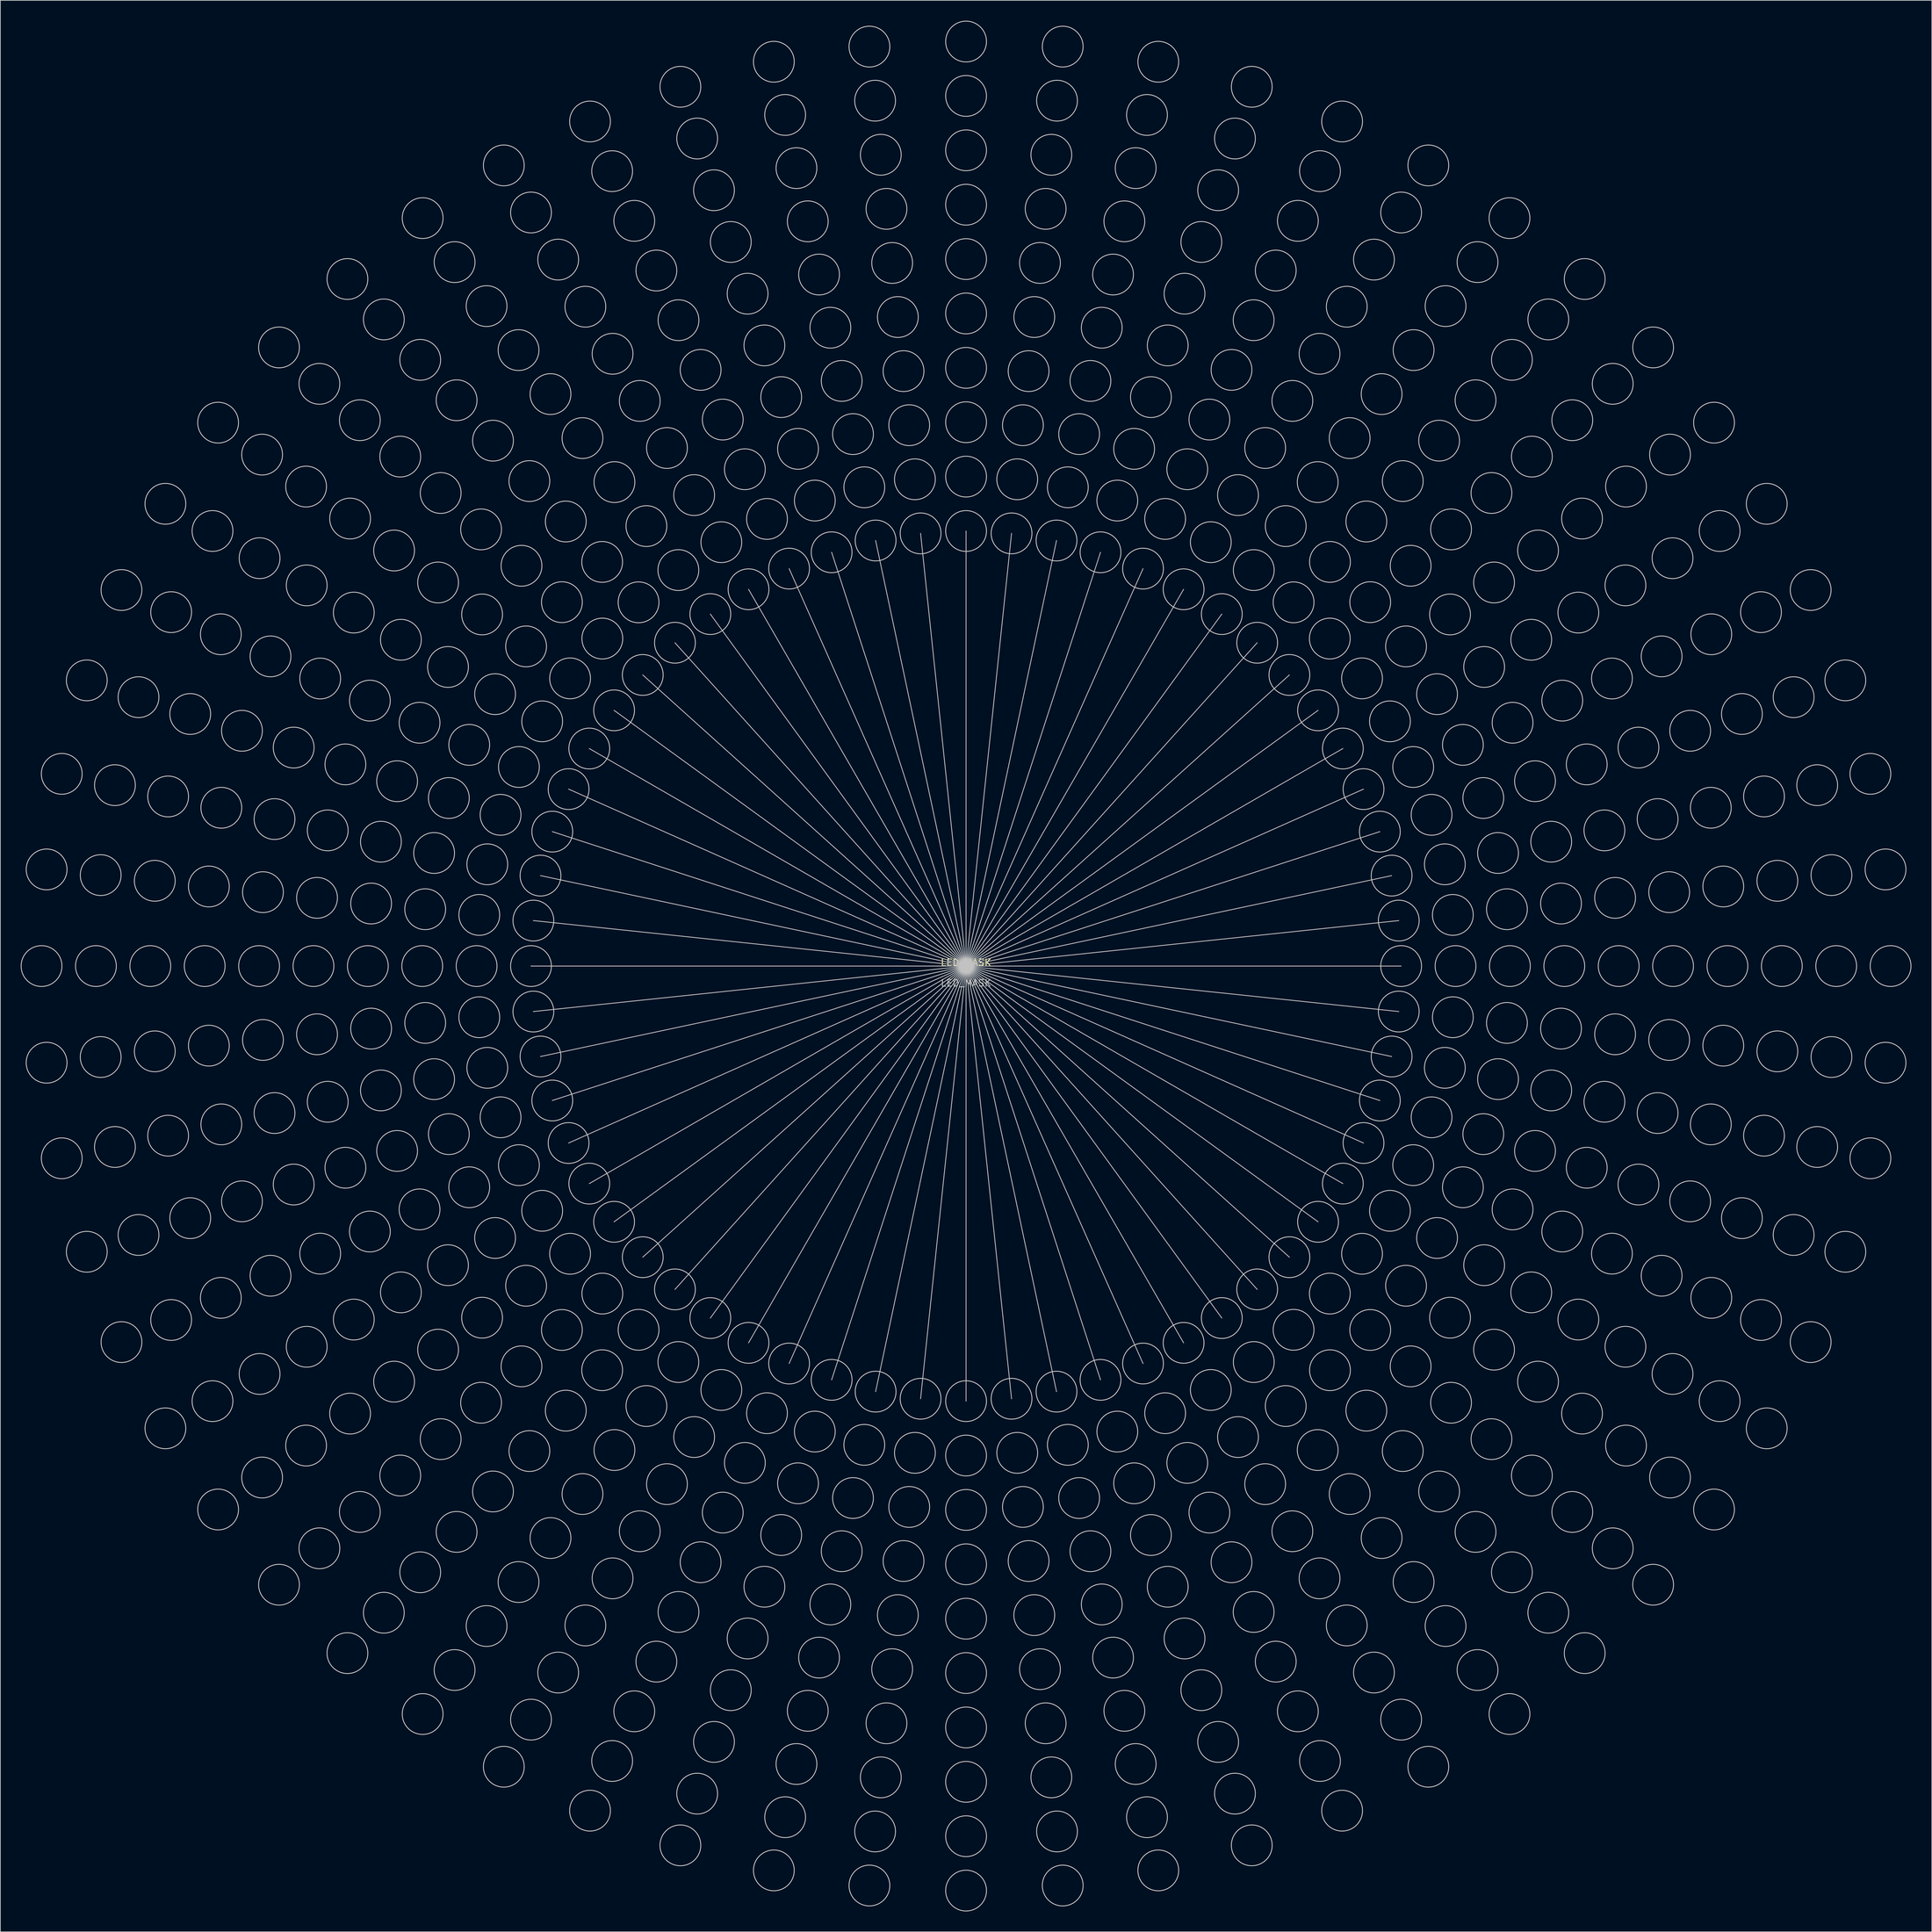
<source format=kicad_pcb>
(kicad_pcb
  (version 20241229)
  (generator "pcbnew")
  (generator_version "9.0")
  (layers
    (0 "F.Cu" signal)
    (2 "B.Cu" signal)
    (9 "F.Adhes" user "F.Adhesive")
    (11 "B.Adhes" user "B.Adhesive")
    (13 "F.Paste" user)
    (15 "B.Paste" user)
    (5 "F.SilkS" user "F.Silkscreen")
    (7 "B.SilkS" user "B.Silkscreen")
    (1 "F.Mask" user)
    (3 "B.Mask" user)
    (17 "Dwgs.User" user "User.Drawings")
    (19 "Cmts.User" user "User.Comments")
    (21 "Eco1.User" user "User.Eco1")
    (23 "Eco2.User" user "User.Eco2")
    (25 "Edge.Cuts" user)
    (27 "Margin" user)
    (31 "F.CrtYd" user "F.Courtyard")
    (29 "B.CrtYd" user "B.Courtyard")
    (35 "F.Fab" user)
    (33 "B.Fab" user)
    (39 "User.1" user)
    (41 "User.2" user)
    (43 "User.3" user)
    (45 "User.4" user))
  (footprint "LED_MASK"
    (layer "F.Cu")
    (at 139.06 139.06)
    (property "Reference" "LED_MASK" (at 0 -0.5 0) (unlocked yes) (layer "F.SilkS") (effects (font (size 1 1) (thickness 0.15))))
    (attr through_hole)
    (fp_line (start 0 0) (end -64 0) (stroke (width 0.12) (type default)) (layer "Dwgs.User"))
    (fp_line (start 0 0) (end -63.649 6.69) (stroke (width 0.12) (type default)) (layer "Dwgs.User"))
    (fp_line (start 0 0) (end -63.649 -6.69) (stroke (width 0.12) (type default)) (layer "Dwgs.User"))
    (fp_line (start 0 0) (end -62.601 13.306) (stroke (width 0.12) (type default)) (layer "Dwgs.User"))
    (fp_line (start 0 0) (end -62.601 -13.306) (stroke (width 0.12) (type default)) (layer "Dwgs.User"))
    (fp_line (start 0 0) (end -60.868 19.777) (stroke (width 0.12) (type default)) (layer "Dwgs.User"))
    (fp_line (start 0 0) (end -60.868 -19.777) (stroke (width 0.12) (type default)) (layer "Dwgs.User"))
    (fp_line (start 0 0) (end -58.467 26.031) (stroke (width 0.12) (type default)) (layer "Dwgs.User"))
    (fp_line (start 0 0) (end -58.467 -26.031) (stroke (width 0.12) (type default)) (layer "Dwgs.User"))
    (fp_line (start 0 0) (end -55.426 32) (stroke (width 0.12) (type default)) (layer "Dwgs.User"))
    (fp_line (start 0 0) (end -55.426 -32) (stroke (width 0.12) (type default)) (layer "Dwgs.User"))
    (fp_line (start 0 0) (end -51.777 37.618) (stroke (width 0.12) (type default)) (layer "Dwgs.User"))
    (fp_line (start 0 0) (end -51.777 -37.618) (stroke (width 0.12) (type default)) (layer "Dwgs.User"))
    (fp_line (start 0 0) (end -47.561 42.824) (stroke (width 0.12) (type default)) (layer "Dwgs.User"))
    (fp_line (start 0 0) (end -47.561 -42.824) (stroke (width 0.12) (type default)) (layer "Dwgs.User"))
    (fp_line (start 0 0) (end -42.824 47.561) (stroke (width 0.12) (type default)) (layer "Dwgs.User"))
    (fp_line (start 0 0) (end -42.824 -47.561) (stroke (width 0.12) (type default)) (layer "Dwgs.User"))
    (fp_line (start 0 0) (end -37.618 51.777) (stroke (width 0.12) (type default)) (layer "Dwgs.User"))
    (fp_line (start 0 0) (end -37.618 -51.777) (stroke (width 0.12) (type default)) (layer "Dwgs.User"))
    (fp_line (start 0 0) (end -32 55.426) (stroke (width 0.12) (type default)) (layer "Dwgs.User"))
    (fp_line (start 0 0) (end -32 -55.426) (stroke (width 0.12) (type default)) (layer "Dwgs.User"))
    (fp_line (start 0 0) (end -26.031 58.467) (stroke (width 0.12) (type default)) (layer "Dwgs.User"))
    (fp_line (start 0 0) (end -26.031 -58.467) (stroke (width 0.12) (type default)) (layer "Dwgs.User"))
    (fp_line (start 0 0) (end -19.777 60.868) (stroke (width 0.12) (type default)) (layer "Dwgs.User"))
    (fp_line (start 0 0) (end -19.777 -60.868) (stroke (width 0.12) (type default)) (layer "Dwgs.User"))
    (fp_line (start 0 0) (end -13.306 62.601) (stroke (width 0.12) (type default)) (layer "Dwgs.User"))
    (fp_line (start 0 0) (end -13.306 -62.601) (stroke (width 0.12) (type default)) (layer "Dwgs.User"))
    (fp_line (start 0 0) (end -6.69 63.649) (stroke (width 0.12) (type default)) (layer "Dwgs.User"))
    (fp_line (start 0 0) (end -6.69 -63.649) (stroke (width 0.12) (type default)) (layer "Dwgs.User"))
    (fp_line (start 0 0) (end 0 -64) (stroke (width 0.12) (type default)) (layer "Dwgs.User"))
    (fp_line (start 0 0) (end 0 64) (stroke (width 0.12) (type default)) (layer "Dwgs.User"))
    (fp_line (start 0 0) (end 6.69 63.649) (stroke (width 0.12) (type default)) (layer "Dwgs.User"))
    (fp_line (start 0 0) (end 6.69 -63.649) (stroke (width 0.12) (type default)) (layer "Dwgs.User"))
    (fp_line (start 0 0) (end 13.306 62.601) (stroke (width 0.12) (type default)) (layer "Dwgs.User"))
    (fp_line (start 0 0) (end 13.306 -62.601) (stroke (width 0.12) (type default)) (layer "Dwgs.User"))
    (fp_line (start 0 0) (end 19.777 60.868) (stroke (width 0.12) (type default)) (layer "Dwgs.User"))
    (fp_line (start 0 0) (end 19.777 -60.868) (stroke (width 0.12) (type default)) (layer "Dwgs.User"))
    (fp_line (start 0 0) (end 26.031 58.467) (stroke (width 0.12) (type default)) (layer "Dwgs.User"))
    (fp_line (start 0 0) (end 26.031 -58.467) (stroke (width 0.12) (type default)) (layer "Dwgs.User"))
    (fp_line (start 0 0) (end 32 55.426) (stroke (width 0.12) (type default)) (layer "Dwgs.User"))
    (fp_line (start 0 0) (end 32 -55.426) (stroke (width 0.12) (type default)) (layer "Dwgs.User"))
    (fp_line (start 0 0) (end 37.618 51.777) (stroke (width 0.12) (type default)) (layer "Dwgs.User"))
    (fp_line (start 0 0) (end 37.618 -51.777) (stroke (width 0.12) (type default)) (layer "Dwgs.User"))
    (fp_line (start 0 0) (end 42.824 47.561) (stroke (width 0.12) (type default)) (layer "Dwgs.User"))
    (fp_line (start 0 0) (end 42.824 -47.561) (stroke (width 0.12) (type default)) (layer "Dwgs.User"))
    (fp_line (start 0 0) (end 47.561 42.824) (stroke (width 0.12) (type default)) (layer "Dwgs.User"))
    (fp_line (start 0 0) (end 47.561 -42.824) (stroke (width 0.12) (type default)) (layer "Dwgs.User"))
    (fp_line (start 0 0) (end 51.777 37.618) (stroke (width 0.12) (type default)) (layer "Dwgs.User"))
    (fp_line (start 0 0) (end 51.777 -37.618) (stroke (width 0.12) (type default)) (layer "Dwgs.User"))
    (fp_line (start 0 0) (end 55.426 32) (stroke (width 0.12) (type default)) (layer "Dwgs.User"))
    (fp_line (start 0 0) (end 55.426 -32) (stroke (width 0.12) (type default)) (layer "Dwgs.User"))
    (fp_line (start 0 0) (end 58.467 26.031) (stroke (width 0.12) (type default)) (layer "Dwgs.User"))
    (fp_line (start 0 0) (end 58.467 -26.031) (stroke (width 0.12) (type default)) (layer "Dwgs.User"))
    (fp_line (start 0 0) (end 60.868 19.777) (stroke (width 0.12) (type default)) (layer "Dwgs.User"))
    (fp_line (start 0 0) (end 60.868 -19.777) (stroke (width 0.12) (type default)) (layer "Dwgs.User"))
    (fp_line (start 0 0) (end 62.601 13.306) (stroke (width 0.12) (type default)) (layer "Dwgs.User"))
    (fp_line (start 0 0) (end 62.601 -13.306) (stroke (width 0.12) (type default)) (layer "Dwgs.User"))
    (fp_line (start 0 0) (end 63.649 6.69) (stroke (width 0.12) (type default)) (layer "Dwgs.User"))
    (fp_line (start 0 0) (end 63.649 -6.69) (stroke (width 0.12) (type default)) (layer "Dwgs.User"))
    (fp_line (start 0 0) (end 64 0) (stroke (width 0.12) (type default)) (layer "Dwgs.User"))
    (fp_circle (center -136 0) (end -136 -3) (stroke (width 0.12) (type default)) (fill no) (layer "Edge.Cuts"))
    (fp_circle (center -135.255 -14.216) (end -134.941 -17.199) (stroke (width 0.12) (type default)) (fill no) (layer "Edge.Cuts"))
    (fp_circle (center -135.255 14.216) (end -135.569 11.232) (stroke (width 0.12) (type default)) (fill no) (layer "Edge.Cuts"))
    (fp_circle (center -133.028 -28.276) (end -132.404 -31.21) (stroke (width 0.12) (type default)) (fill no) (layer "Edge.Cuts"))
    (fp_circle (center -133.028 28.276) (end -133.652 25.342) (stroke (width 0.12) (type default)) (fill no) (layer "Edge.Cuts"))
    (fp_circle (center -129.344 -42.026) (end -128.417 -44.879) (stroke (width 0.12) (type default)) (fill no) (layer "Edge.Cuts"))
    (fp_circle (center -129.344 42.026) (end -130.271 39.173) (stroke (width 0.12) (type default)) (fill no) (layer "Edge.Cuts"))
    (fp_circle (center -128 0) (end -128 -3) (stroke (width 0.12) (type default)) (fill no) (layer "Edge.Cuts"))
    (fp_circle (center -127.299 13.38) (end -127.612 10.396) (stroke (width 0.12) (type default)) (fill no) (layer "Edge.Cuts"))
    (fp_circle (center -127.299 -13.38) (end -126.985 -16.363) (stroke (width 0.12) (type default)) (fill no) (layer "Edge.Cuts"))
    (fp_circle (center -125.203 26.613) (end -125.827 23.678) (stroke (width 0.12) (type default)) (fill no) (layer "Edge.Cuts"))
    (fp_circle (center -125.203 -26.613) (end -124.579 -29.547) (stroke (width 0.12) (type default)) (fill no) (layer "Edge.Cuts"))
    (fp_circle (center -124.242 -55.316) (end -123.022 -58.057) (stroke (width 0.12) (type default)) (fill no) (layer "Edge.Cuts"))
    (fp_circle (center -124.242 55.316) (end -125.462 52.576) (stroke (width 0.12) (type default)) (fill no) (layer "Edge.Cuts"))
    (fp_circle (center -121.735 39.554) (end -122.662 36.701) (stroke (width 0.12) (type default)) (fill no) (layer "Edge.Cuts"))
    (fp_circle (center -121.735 -39.554) (end -120.808 -42.407) (stroke (width 0.12) (type default)) (fill no) (layer "Edge.Cuts"))
    (fp_circle (center -120 0) (end -120 -3) (stroke (width 0.12) (type default)) (fill no) (layer "Edge.Cuts"))
    (fp_circle (center -119.343 -12.543) (end -119.029 -15.527) (stroke (width 0.12) (type default)) (fill no) (layer "Edge.Cuts"))
    (fp_circle (center -119.343 12.543) (end -119.656 9.56) (stroke (width 0.12) (type default)) (fill no) (layer "Edge.Cuts"))
    (fp_circle (center -117.779 -68) (end -116.279 -70.598) (stroke (width 0.12) (type default)) (fill no) (layer "Edge.Cuts"))
    (fp_circle (center -117.779 68) (end -119.279 65.402) (stroke (width 0.12) (type default)) (fill no) (layer "Edge.Cuts"))
    (fp_circle (center -117.378 -24.949) (end -116.754 -27.884) (stroke (width 0.12) (type default)) (fill no) (layer "Edge.Cuts"))
    (fp_circle (center -117.378 24.949) (end -118.001 22.015) (stroke (width 0.12) (type default)) (fill no) (layer "Edge.Cuts"))
    (fp_circle (center -116.934 52.062) (end -118.154 49.322) (stroke (width 0.12) (type default)) (fill no) (layer "Edge.Cuts"))
    (fp_circle (center -116.934 -52.062) (end -115.714 -54.803) (stroke (width 0.12) (type default)) (fill no) (layer "Edge.Cuts"))
    (fp_circle (center -114.127 -37.082) (end -113.2 -39.935) (stroke (width 0.12) (type default)) (fill no) (layer "Edge.Cuts"))
    (fp_circle (center -114.127 37.082) (end -115.054 34.229) (stroke (width 0.12) (type default)) (fill no) (layer "Edge.Cuts"))
    (fp_circle (center -112 0) (end -112 -3) (stroke (width 0.12) (type default)) (fill no) (layer "Edge.Cuts"))
    (fp_circle (center -111.386 -11.707) (end -111.073 -14.691) (stroke (width 0.12) (type default)) (fill no) (layer "Edge.Cuts"))
    (fp_circle (center -111.386 11.707) (end -111.7 8.724) (stroke (width 0.12) (type default)) (fill no) (layer "Edge.Cuts"))
    (fp_circle (center -110.851 64) (end -112.351 61.402) (stroke (width 0.12) (type default)) (fill no) (layer "Edge.Cuts"))
    (fp_circle (center -110.851 -64) (end -109.351 -66.598) (stroke (width 0.12) (type default)) (fill no) (layer "Edge.Cuts"))
    (fp_circle (center -110.026 -79.939) (end -108.263 -82.366) (stroke (width 0.12) (type default)) (fill no) (layer "Edge.Cuts"))
    (fp_circle (center -110.026 79.939) (end -111.79 77.512) (stroke (width 0.12) (type default)) (fill no) (layer "Edge.Cuts"))
    (fp_circle (center -109.625 -48.808) (end -108.405 -51.549) (stroke (width 0.12) (type default)) (fill no) (layer "Edge.Cuts"))
    (fp_circle (center -109.625 48.808) (end -110.846 46.068) (stroke (width 0.12) (type default)) (fill no) (layer "Edge.Cuts"))
    (fp_circle (center -109.553 -23.286) (end -108.929 -26.221) (stroke (width 0.12) (type default)) (fill no) (layer "Edge.Cuts"))
    (fp_circle (center -109.553 23.286) (end -110.176 20.352) (stroke (width 0.12) (type default)) (fill no) (layer "Edge.Cuts"))
    (fp_circle (center -106.518 -34.61) (end -105.591 -37.463) (stroke (width 0.12) (type default)) (fill no) (layer "Edge.Cuts"))
    (fp_circle (center -106.518 34.61) (end -107.445 31.757) (stroke (width 0.12) (type default)) (fill no) (layer "Edge.Cuts"))
    (fp_circle (center -104 0) (end -104 -3) (stroke (width 0.12) (type default)) (fill no) (layer "Edge.Cuts"))
    (fp_circle (center -103.923 60) (end -105.423 57.402) (stroke (width 0.12) (type default)) (fill no) (layer "Edge.Cuts"))
    (fp_circle (center -103.923 -60) (end -102.423 -62.598) (stroke (width 0.12) (type default)) (fill no) (layer "Edge.Cuts"))
    (fp_circle (center -103.554 75.237) (end -105.318 72.809) (stroke (width 0.12) (type default)) (fill no) (layer "Edge.Cuts"))
    (fp_circle (center -103.554 -75.237) (end -101.791 -77.664) (stroke (width 0.12) (type default)) (fill no) (layer "Edge.Cuts"))
    (fp_circle (center -103.43 -10.871) (end -103.117 -13.855) (stroke (width 0.12) (type default)) (fill no) (layer "Edge.Cuts"))
    (fp_circle (center -103.43 10.871) (end -103.744 7.887) (stroke (width 0.12) (type default)) (fill no) (layer "Edge.Cuts"))
    (fp_circle (center -102.317 -45.555) (end -101.097 -48.295) (stroke (width 0.12) (type default)) (fill no) (layer "Edge.Cuts"))
    (fp_circle (center -102.317 45.555) (end -103.537 42.814) (stroke (width 0.12) (type default)) (fill no) (layer "Edge.Cuts"))
    (fp_circle (center -101.727 -21.623) (end -101.104 -24.557) (stroke (width 0.12) (type default)) (fill no) (layer "Edge.Cuts"))
    (fp_circle (center -101.727 21.623) (end -102.351 18.688) (stroke (width 0.12) (type default)) (fill no) (layer "Edge.Cuts"))
    (fp_circle (center -101.068 -91.002) (end -99.06 -93.231) (stroke (width 0.12) (type default)) (fill no) (layer "Edge.Cuts"))
    (fp_circle (center -101.068 91.002) (end -103.075 88.772) (stroke (width 0.12) (type default)) (fill no) (layer "Edge.Cuts"))
    (fp_circle (center -98.91 -32.138) (end -97.983 -34.991) (stroke (width 0.12) (type default)) (fill no) (layer "Edge.Cuts"))
    (fp_circle (center -98.91 32.138) (end -99.837 29.285) (stroke (width 0.12) (type default)) (fill no) (layer "Edge.Cuts"))
    (fp_circle (center -97.082 70.534) (end -98.845 68.107) (stroke (width 0.12) (type default)) (fill no) (layer "Edge.Cuts"))
    (fp_circle (center -97.082 -70.534) (end -95.319 -72.961) (stroke (width 0.12) (type default)) (fill no) (layer "Edge.Cuts"))
    (fp_circle (center -96.995 -56) (end -95.495 -58.598) (stroke (width 0.12) (type default)) (fill no) (layer "Edge.Cuts"))
    (fp_circle (center -96.995 56) (end -98.495 53.402) (stroke (width 0.12) (type default)) (fill no) (layer "Edge.Cuts"))
    (fp_circle (center -96 0) (end -96 -3) (stroke (width 0.12) (type default)) (fill no) (layer "Edge.Cuts"))
    (fp_circle (center -95.474 10.035) (end -95.788 7.051) (stroke (width 0.12) (type default)) (fill no) (layer "Edge.Cuts"))
    (fp_circle (center -95.474 -10.035) (end -95.161 -13.018) (stroke (width 0.12) (type default)) (fill no) (layer "Edge.Cuts"))
    (fp_circle (center -95.123 85.649) (end -97.13 83.419) (stroke (width 0.12) (type default)) (fill no) (layer "Edge.Cuts"))
    (fp_circle (center -95.123 -85.649) (end -93.115 -87.878) (stroke (width 0.12) (type default)) (fill no) (layer "Edge.Cuts"))
    (fp_circle (center -95.009 -42.301) (end -93.789 -45.041) (stroke (width 0.12) (type default)) (fill no) (layer "Edge.Cuts"))
    (fp_circle (center -95.009 42.301) (end -96.229 39.56) (stroke (width 0.12) (type default)) (fill no) (layer "Edge.Cuts"))
    (fp_circle (center -93.902 19.96) (end -94.526 17.025) (stroke (width 0.12) (type default)) (fill no) (layer "Edge.Cuts"))
    (fp_circle (center -93.902 -19.96) (end -93.278 -22.894) (stroke (width 0.12) (type default)) (fill no) (layer "Edge.Cuts"))
    (fp_circle (center -91.301 29.666) (end -92.228 26.812) (stroke (width 0.12) (type default)) (fill no) (layer "Edge.Cuts"))
    (fp_circle (center -91.301 -29.666) (end -90.374 -32.519) (stroke (width 0.12) (type default)) (fill no) (layer "Edge.Cuts"))
    (fp_circle (center -91.002 -101.068) (end -88.772 -103.075) (stroke (width 0.12) (type default)) (fill no) (layer "Edge.Cuts"))
    (fp_circle (center -91.002 101.068) (end -93.231 99.06) (stroke (width 0.12) (type default)) (fill no) (layer "Edge.Cuts"))
    (fp_circle (center -90.61 -65.832) (end -88.847 -68.259) (stroke (width 0.12) (type default)) (fill no) (layer "Edge.Cuts"))
    (fp_circle (center -90.61 65.832) (end -92.373 63.405) (stroke (width 0.12) (type default)) (fill no) (layer "Edge.Cuts"))
    (fp_circle (center -90.067 -52) (end -88.567 -54.598) (stroke (width 0.12) (type default)) (fill no) (layer "Edge.Cuts"))
    (fp_circle (center -90.067 52) (end -91.567 49.402) (stroke (width 0.12) (type default)) (fill no) (layer "Edge.Cuts"))
    (fp_circle (center -89.177 80.296) (end -91.185 78.066) (stroke (width 0.12) (type default)) (fill no) (layer "Edge.Cuts"))
    (fp_circle (center -89.177 -80.296) (end -87.17 -82.525) (stroke (width 0.12) (type default)) (fill no) (layer "Edge.Cuts"))
    (fp_circle (center -88 0) (end -88 -3) (stroke (width 0.12) (type default)) (fill no) (layer "Edge.Cuts"))
    (fp_circle (center -87.7 39.047) (end -88.921 36.306) (stroke (width 0.12) (type default)) (fill no) (layer "Edge.Cuts"))
    (fp_circle (center -87.7 -39.047) (end -86.48 -41.787) (stroke (width 0.12) (type default)) (fill no) (layer "Edge.Cuts"))
    (fp_circle (center -87.518 -9.199) (end -87.204 -12.182) (stroke (width 0.12) (type default)) (fill no) (layer "Edge.Cuts"))
    (fp_circle (center -87.518 9.199) (end -87.832 6.215) (stroke (width 0.12) (type default)) (fill no) (layer "Edge.Cuts"))
    (fp_circle (center -86.077 -18.296) (end -85.453 -21.231) (stroke (width 0.12) (type default)) (fill no) (layer "Edge.Cuts"))
    (fp_circle (center -86.077 18.296) (end -86.701 15.362) (stroke (width 0.12) (type default)) (fill no) (layer "Edge.Cuts"))
    (fp_circle (center -85.649 95.123) (end -87.878 93.115) (stroke (width 0.12) (type default)) (fill no) (layer "Edge.Cuts"))
    (fp_circle (center -85.649 -95.123) (end -83.419 -97.13) (stroke (width 0.12) (type default)) (fill no) (layer "Edge.Cuts"))
    (fp_circle (center -84.138 -61.13) (end -82.374 -63.557) (stroke (width 0.12) (type default)) (fill no) (layer "Edge.Cuts"))
    (fp_circle (center -84.138 61.13) (end -85.901 58.703) (stroke (width 0.12) (type default)) (fill no) (layer "Edge.Cuts"))
    (fp_circle (center -83.693 -27.193) (end -82.766 -30.047) (stroke (width 0.12) (type default)) (fill no) (layer "Edge.Cuts"))
    (fp_circle (center -83.693 27.193) (end -84.62 24.34) (stroke (width 0.12) (type default)) (fill no) (layer "Edge.Cuts"))
    (fp_circle (center -83.232 -74.943) (end -81.225 -77.172) (stroke (width 0.12) (type default)) (fill no) (layer "Edge.Cuts"))
    (fp_circle (center -83.232 74.943) (end -85.24 72.713) (stroke (width 0.12) (type default)) (fill no) (layer "Edge.Cuts"))
    (fp_circle (center -83.138 48) (end -84.638 45.402) (stroke (width 0.12) (type default)) (fill no) (layer "Edge.Cuts"))
    (fp_circle (center -83.138 -48) (end -81.638 -50.598) (stroke (width 0.12) (type default)) (fill no) (layer "Edge.Cuts"))
    (fp_circle (center -80.392 -35.793) (end -79.172 -38.533) (stroke (width 0.12) (type default)) (fill no) (layer "Edge.Cuts"))
    (fp_circle (center -80.392 35.793) (end -81.612 33.052) (stroke (width 0.12) (type default)) (fill no) (layer "Edge.Cuts"))
    (fp_circle (center -80.296 89.177) (end -82.525 87.17) (stroke (width 0.12) (type default)) (fill no) (layer "Edge.Cuts"))
    (fp_circle (center -80.296 -89.177) (end -78.066 -91.185) (stroke (width 0.12) (type default)) (fill no) (layer "Edge.Cuts"))
    (fp_circle (center -80 0) (end -80 -3) (stroke (width 0.12) (type default)) (fill no) (layer "Edge.Cuts"))
    (fp_circle (center -79.939 -110.026) (end -77.512 -111.79) (stroke (width 0.12) (type default)) (fill no) (layer "Edge.Cuts"))
    (fp_circle (center -79.939 110.026) (end -82.366 108.263) (stroke (width 0.12) (type default)) (fill no) (layer "Edge.Cuts"))
    (fp_circle (center -79.562 8.362) (end -79.875 5.379) (stroke (width 0.12) (type default)) (fill no) (layer "Edge.Cuts"))
    (fp_circle (center -79.562 -8.362) (end -79.248 -11.346) (stroke (width 0.12) (type default)) (fill no) (layer "Edge.Cuts"))
    (fp_circle (center -78.252 -16.633) (end -77.628 -19.567) (stroke (width 0.12) (type default)) (fill no) (layer "Edge.Cuts"))
    (fp_circle (center -78.252 16.633) (end -78.876 13.698) (stroke (width 0.12) (type default)) (fill no) (layer "Edge.Cuts"))
    (fp_circle (center -77.666 56.427) (end -79.429 54) (stroke (width 0.12) (type default)) (fill no) (layer "Edge.Cuts"))
    (fp_circle (center -77.666 -56.427) (end -75.902 -58.854) (stroke (width 0.12) (type default)) (fill no) (layer "Edge.Cuts"))
    (fp_circle (center -77.287 -69.59) (end -75.28 -71.819) (stroke (width 0.12) (type default)) (fill no) (layer "Edge.Cuts"))
    (fp_circle (center -77.287 69.59) (end -79.294 67.36) (stroke (width 0.12) (type default)) (fill no) (layer "Edge.Cuts"))
    (fp_circle (center -76.21 -44) (end -74.71 -46.598) (stroke (width 0.12) (type default)) (fill no) (layer "Edge.Cuts"))
    (fp_circle (center -76.21 44) (end -77.71 41.402) (stroke (width 0.12) (type default)) (fill no) (layer "Edge.Cuts"))
    (fp_circle (center -76.085 -24.721) (end -75.157 -27.575) (stroke (width 0.12) (type default)) (fill no) (layer "Edge.Cuts"))
    (fp_circle (center -76.085 24.721) (end -77.012 21.868) (stroke (width 0.12) (type default)) (fill no) (layer "Edge.Cuts"))
    (fp_circle (center -75.237 103.554) (end -77.664 101.791) (stroke (width 0.12) (type default)) (fill no) (layer "Edge.Cuts"))
    (fp_circle (center -75.237 -103.554) (end -72.809 -105.318) (stroke (width 0.12) (type default)) (fill no) (layer "Edge.Cuts"))
    (fp_circle (center -74.943 -83.232) (end -72.713 -85.24) (stroke (width 0.12) (type default)) (fill no) (layer "Edge.Cuts"))
    (fp_circle (center -74.943 83.232) (end -77.172 81.225) (stroke (width 0.12) (type default)) (fill no) (layer "Edge.Cuts"))
    (fp_circle (center -73.084 -32.539) (end -71.863 -35.28) (stroke (width 0.12) (type default)) (fill no) (layer "Edge.Cuts"))
    (fp_circle (center -73.084 32.539) (end -74.304 29.798) (stroke (width 0.12) (type default)) (fill no) (layer "Edge.Cuts"))
    (fp_circle (center -72 0) (end -72 -3) (stroke (width 0.12) (type default)) (fill no) (layer "Edge.Cuts"))
    (fp_circle (center -71.606 7.526) (end -71.919 4.542) (stroke (width 0.12) (type default)) (fill no) (layer "Edge.Cuts"))
    (fp_circle (center -71.606 -7.526) (end -71.292 -10.51) (stroke (width 0.12) (type default)) (fill no) (layer "Edge.Cuts"))
    (fp_circle (center -71.342 64.237) (end -73.349 62.007) (stroke (width 0.12) (type default)) (fill no) (layer "Edge.Cuts"))
    (fp_circle (center -71.342 -64.237) (end -69.335 -66.466) (stroke (width 0.12) (type default)) (fill no) (layer "Edge.Cuts"))
    (fp_circle (center -71.193 -51.725) (end -69.43 -54.152) (stroke (width 0.12) (type default)) (fill no) (layer "Edge.Cuts"))
    (fp_circle (center -71.193 51.725) (end -72.957 49.298) (stroke (width 0.12) (type default)) (fill no) (layer "Edge.Cuts"))
    (fp_circle (center -70.534 97.082) (end -72.961 95.319) (stroke (width 0.12) (type default)) (fill no) (layer "Edge.Cuts"))
    (fp_circle (center -70.534 -97.082) (end -68.107 -98.845) (stroke (width 0.12) (type default)) (fill no) (layer "Edge.Cuts"))
    (fp_circle (center -70.427 14.97) (end -71.05 12.035) (stroke (width 0.12) (type default)) (fill no) (layer "Edge.Cuts"))
    (fp_circle (center -70.427 -14.97) (end -69.803 -17.904) (stroke (width 0.12) (type default)) (fill no) (layer "Edge.Cuts"))
    (fp_circle (center -69.59 -77.287) (end -67.36 -79.294) (stroke (width 0.12) (type default)) (fill no) (layer "Edge.Cuts"))
    (fp_circle (center -69.59 77.287) (end -71.819 75.28) (stroke (width 0.12) (type default)) (fill no) (layer "Edge.Cuts"))
    (fp_circle (center -69.282 -40) (end -67.782 -42.598) (stroke (width 0.12) (type default)) (fill no) (layer "Edge.Cuts"))
    (fp_circle (center -69.282 40) (end -70.782 37.402) (stroke (width 0.12) (type default)) (fill no) (layer "Edge.Cuts"))
    (fp_circle (center -68.476 22.249) (end -69.403 19.396) (stroke (width 0.12) (type default)) (fill no) (layer "Edge.Cuts"))
    (fp_circle (center -68.476 -22.249) (end -67.549 -25.102) (stroke (width 0.12) (type default)) (fill no) (layer "Edge.Cuts"))
    (fp_circle (center -68 -117.779) (end -65.402 -119.279) (stroke (width 0.12) (type default)) (fill no) (layer "Edge.Cuts"))
    (fp_circle (center -68 117.779) (end -70.598 116.279) (stroke (width 0.12) (type default)) (fill no) (layer "Edge.Cuts"))
    (fp_circle (center -65.832 -90.61) (end -63.405 -92.373) (stroke (width 0.12) (type default)) (fill no) (layer "Edge.Cuts"))
    (fp_circle (center -65.832 90.61) (end -68.259 88.847) (stroke (width 0.12) (type default)) (fill no) (layer "Edge.Cuts"))
    (fp_circle (center -65.775 29.285) (end -66.995 26.544) (stroke (width 0.12) (type default)) (fill no) (layer "Edge.Cuts"))
    (fp_circle (center -65.775 -29.285) (end -64.555 -32.026) (stroke (width 0.12) (type default)) (fill no) (layer "Edge.Cuts"))
    (fp_circle (center -65.397 -58.883) (end -63.389 -61.113) (stroke (width 0.12) (type default)) (fill no) (layer "Edge.Cuts"))
    (fp_circle (center -65.397 58.883) (end -67.404 56.654) (stroke (width 0.12) (type default)) (fill no) (layer "Edge.Cuts"))
    (fp_circle (center -64.721 -47.023) (end -62.958 -49.45) (stroke (width 0.12) (type default)) (fill no) (layer "Edge.Cuts"))
    (fp_circle (center -64.721 47.023) (end -66.485 44.596) (stroke (width 0.12) (type default)) (fill no) (layer "Edge.Cuts"))
    (fp_circle (center -64.237 71.342) (end -66.466 69.335) (stroke (width 0.12) (type default)) (fill no) (layer "Edge.Cuts"))
    (fp_circle (center -64.237 -71.342) (end -62.007 -73.349) (stroke (width 0.12) (type default)) (fill no) (layer "Edge.Cuts"))
    (fp_circle (center -64 110.851) (end -66.598 109.351) (stroke (width 0.12) (type default)) (fill no) (layer "Edge.Cuts"))
    (fp_circle (center -64 -110.851) (end -61.402 -112.351) (stroke (width 0.12) (type default)) (fill no) (layer "Edge.Cuts"))
    (fp_circle (center -64 0) (end -64 -3) (stroke (width 0.12) (type default)) (fill no) (layer "Edge.Cuts"))
    (fp_circle (center -63.649 6.69) (end -63.963 3.706) (stroke (width 0.12) (type default)) (fill no) (layer "Edge.Cuts"))
    (fp_circle (center -63.649 -6.69) (end -63.336 -9.673) (stroke (width 0.12) (type default)) (fill no) (layer "Edge.Cuts"))
    (fp_circle (center -62.601 13.306) (end -63.225 10.372) (stroke (width 0.12) (type default)) (fill no) (layer "Edge.Cuts"))
    (fp_circle (center -62.601 -13.306) (end -61.978 -16.241) (stroke (width 0.12) (type default)) (fill no) (layer "Edge.Cuts"))
    (fp_circle (center -62.354 36) (end -63.854 33.402) (stroke (width 0.12) (type default)) (fill no) (layer "Edge.Cuts"))
    (fp_circle (center -62.354 -36) (end -60.854 -38.598) (stroke (width 0.12) (type default)) (fill no) (layer "Edge.Cuts"))
    (fp_circle (center -61.13 -84.138) (end -58.703 -85.901) (stroke (width 0.12) (type default)) (fill no) (layer "Edge.Cuts"))
    (fp_circle (center -61.13 84.138) (end -63.557 82.374) (stroke (width 0.12) (type default)) (fill no) (layer "Edge.Cuts"))
    (fp_circle (center -60.868 19.777) (end -61.795 16.924) (stroke (width 0.12) (type default)) (fill no) (layer "Edge.Cuts"))
    (fp_circle (center -60.868 -19.777) (end -59.941 -22.63) (stroke (width 0.12) (type default)) (fill no) (layer "Edge.Cuts"))
    (fp_circle (center -60 103.923) (end -62.598 102.423) (stroke (width 0.12) (type default)) (fill no) (layer "Edge.Cuts"))
    (fp_circle (center -60 -103.923) (end -57.402 -105.423) (stroke (width 0.12) (type default)) (fill no) (layer "Edge.Cuts"))
    (fp_circle (center -59.452 -53.53) (end -57.444 -55.76) (stroke (width 0.12) (type default)) (fill no) (layer "Edge.Cuts"))
    (fp_circle (center -59.452 53.53) (end -61.459 51.301) (stroke (width 0.12) (type default)) (fill no) (layer "Edge.Cuts"))
    (fp_circle (center -58.883 -65.397) (end -56.654 -67.404) (stroke (width 0.12) (type default)) (fill no) (layer "Edge.Cuts"))
    (fp_circle (center -58.883 65.397) (end -61.113 63.389) (stroke (width 0.12) (type default)) (fill no) (layer "Edge.Cuts"))
    (fp_circle (center -58.467 26.031) (end -59.687 23.291) (stroke (width 0.12) (type default)) (fill no) (layer "Edge.Cuts"))
    (fp_circle (center -58.467 -26.031) (end -57.247 -28.772) (stroke (width 0.12) (type default)) (fill no) (layer "Edge.Cuts"))
    (fp_circle (center -58.249 42.321) (end -60.013 39.893) (stroke (width 0.12) (type default)) (fill no) (layer "Edge.Cuts"))
    (fp_circle (center -58.249 -42.321) (end -56.486 -44.748) (stroke (width 0.12) (type default)) (fill no) (layer "Edge.Cuts"))
    (fp_circle (center -56.427 77.666) (end -58.854 75.902) (stroke (width 0.12) (type default)) (fill no) (layer "Edge.Cuts"))
    (fp_circle (center -56.427 -77.666) (end -54 -79.429) (stroke (width 0.12) (type default)) (fill no) (layer "Edge.Cuts"))
    (fp_circle (center -56 -96.995) (end -53.402 -98.495) (stroke (width 0.12) (type default)) (fill no) (layer "Edge.Cuts"))
    (fp_circle (center -56 96.995) (end -58.598 95.495) (stroke (width 0.12) (type default)) (fill no) (layer "Edge.Cuts"))
    (fp_circle (center -55.426 32) (end -56.926 29.402) (stroke (width 0.12) (type default)) (fill no) (layer "Edge.Cuts"))
    (fp_circle (center -55.426 -32) (end -53.926 -34.598) (stroke (width 0.12) (type default)) (fill no) (layer "Edge.Cuts"))
    (fp_circle (center -55.316 -124.242) (end -52.576 -125.462) (stroke (width 0.12) (type default)) (fill no) (layer "Edge.Cuts"))
    (fp_circle (center -55.316 124.242) (end -58.057 123.022) (stroke (width 0.12) (type default)) (fill no) (layer "Edge.Cuts"))
    (fp_circle (center -53.53 -59.452) (end -51.301 -61.459) (stroke (width 0.12) (type default)) (fill no) (layer "Edge.Cuts"))
    (fp_circle (center -53.53 59.452) (end -55.76 57.444) (stroke (width 0.12) (type default)) (fill no) (layer "Edge.Cuts"))
    (fp_circle (center -53.506 48.177) (end -55.514 45.948) (stroke (width 0.12) (type default)) (fill no) (layer "Edge.Cuts"))
    (fp_circle (center -53.506 -48.177) (end -51.499 -50.407) (stroke (width 0.12) (type default)) (fill no) (layer "Edge.Cuts"))
    (fp_circle (center -52.062 116.934) (end -54.803 115.714) (stroke (width 0.12) (type default)) (fill no) (layer "Edge.Cuts"))
    (fp_circle (center -52.062 -116.934) (end -49.322 -118.154) (stroke (width 0.12) (type default)) (fill no) (layer "Edge.Cuts"))
    (fp_circle (center -52 -90.067) (end -49.402 -91.567) (stroke (width 0.12) (type default)) (fill no) (layer "Edge.Cuts"))
    (fp_circle (center -52 90.067) (end -54.598 88.567) (stroke (width 0.12) (type default)) (fill no) (layer "Edge.Cuts"))
    (fp_circle (center -51.777 37.618) (end -53.54 35.191) (stroke (width 0.12) (type default)) (fill no) (layer "Edge.Cuts"))
    (fp_circle (center -51.777 -37.618) (end -50.014 -40.045) (stroke (width 0.12) (type default)) (fill no) (layer "Edge.Cuts"))
    (fp_circle (center -51.725 -71.193) (end -49.298 -72.957) (stroke (width 0.12) (type default)) (fill no) (layer "Edge.Cuts"))
    (fp_circle (center -51.725 71.193) (end -54.152 69.43) (stroke (width 0.12) (type default)) (fill no) (layer "Edge.Cuts"))
    (fp_circle (center -48.808 109.625) (end -51.549 108.405) (stroke (width 0.12) (type default)) (fill no) (layer "Edge.Cuts"))
    (fp_circle (center -48.808 -109.625) (end -46.068 -110.846) (stroke (width 0.12) (type default)) (fill no) (layer "Edge.Cuts"))
    (fp_circle (center -48.177 53.506) (end -50.407 51.499) (stroke (width 0.12) (type default)) (fill no) (layer "Edge.Cuts"))
    (fp_circle (center -48.177 -53.506) (end -45.948 -55.514) (stroke (width 0.12) (type default)) (fill no) (layer "Edge.Cuts"))
    (fp_circle (center -48 83.138) (end -50.598 81.638) (stroke (width 0.12) (type default)) (fill no) (layer "Edge.Cuts"))
    (fp_circle (center -48 -83.138) (end -45.402 -84.638) (stroke (width 0.12) (type default)) (fill no) (layer "Edge.Cuts"))
    (fp_circle (center -47.561 42.824) (end -49.569 40.595) (stroke (width 0.12) (type default)) (fill no) (layer "Edge.Cuts"))
    (fp_circle (center -47.561 -42.824) (end -45.554 -45.054) (stroke (width 0.12) (type default)) (fill no) (layer "Edge.Cuts"))
    (fp_circle (center -47.023 -64.721) (end -44.596 -66.485) (stroke (width 0.12) (type default)) (fill no) (layer "Edge.Cuts"))
    (fp_circle (center -47.023 64.721) (end -49.45 62.958) (stroke (width 0.12) (type default)) (fill no) (layer "Edge.Cuts"))
    (fp_circle (center -45.555 -102.317) (end -42.814 -103.537) (stroke (width 0.12) (type default)) (fill no) (layer "Edge.Cuts"))
    (fp_circle (center -45.555 102.317) (end -48.295 101.097) (stroke (width 0.12) (type default)) (fill no) (layer "Edge.Cuts"))
    (fp_circle (center -44 -76.21) (end -41.402 -77.71) (stroke (width 0.12) (type default)) (fill no) (layer "Edge.Cuts"))
    (fp_circle (center -44 76.21) (end -46.598 74.71) (stroke (width 0.12) (type default)) (fill no) (layer "Edge.Cuts"))
    (fp_circle (center -42.824 47.561) (end -45.054 45.554) (stroke (width 0.12) (type default)) (fill no) (layer "Edge.Cuts"))
    (fp_circle (center -42.824 -47.561) (end -40.595 -49.569) (stroke (width 0.12) (type default)) (fill no) (layer "Edge.Cuts"))
    (fp_circle (center -42.321 58.249) (end -44.748 56.486) (stroke (width 0.12) (type default)) (fill no) (layer "Edge.Cuts"))
    (fp_circle (center -42.321 -58.249) (end -39.893 -60.013) (stroke (width 0.12) (type default)) (fill no) (layer "Edge.Cuts"))
    (fp_circle (center -42.301 -95.009) (end -39.56 -96.229) (stroke (width 0.12) (type default)) (fill no) (layer "Edge.Cuts"))
    (fp_circle (center -42.301 95.009) (end -45.041 93.789) (stroke (width 0.12) (type default)) (fill no) (layer "Edge.Cuts"))
    (fp_circle (center -42.026 -129.344) (end -39.173 -130.271) (stroke (width 0.12) (type default)) (fill no) (layer "Edge.Cuts"))
    (fp_circle (center -42.026 129.344) (end -44.879 128.417) (stroke (width 0.12) (type default)) (fill no) (layer "Edge.Cuts"))
    (fp_circle (center -40 -69.282) (end -37.402 -70.782) (stroke (width 0.12) (type default)) (fill no) (layer "Edge.Cuts"))
    (fp_circle (center -40 69.282) (end -42.598 67.782) (stroke (width 0.12) (type default)) (fill no) (layer "Edge.Cuts"))
    (fp_circle (center -39.554 121.735) (end -42.407 120.808) (stroke (width 0.12) (type default)) (fill no) (layer "Edge.Cuts"))
    (fp_circle (center -39.554 -121.735) (end -36.701 -122.662) (stroke (width 0.12) (type default)) (fill no) (layer "Edge.Cuts"))
    (fp_circle (center -39.047 87.7) (end -41.787 86.48) (stroke (width 0.12) (type default)) (fill no) (layer "Edge.Cuts"))
    (fp_circle (center -39.047 -87.7) (end -36.306 -88.921) (stroke (width 0.12) (type default)) (fill no) (layer "Edge.Cuts"))
    (fp_circle (center -37.618 51.777) (end -40.045 50.014) (stroke (width 0.12) (type default)) (fill no) (layer "Edge.Cuts"))
    (fp_circle (center -37.618 -51.777) (end -35.191 -53.54) (stroke (width 0.12) (type default)) (fill no) (layer "Edge.Cuts"))
    (fp_circle (center -37.082 114.127) (end -39.935 113.2) (stroke (width 0.12) (type default)) (fill no) (layer "Edge.Cuts"))
    (fp_circle (center -37.082 -114.127) (end -34.229 -115.054) (stroke (width 0.12) (type default)) (fill no) (layer "Edge.Cuts"))
    (fp_circle (center -36 62.354) (end -38.598 60.854) (stroke (width 0.12) (type default)) (fill no) (layer "Edge.Cuts"))
    (fp_circle (center -36 -62.354) (end -33.402 -63.854) (stroke (width 0.12) (type default)) (fill no) (layer "Edge.Cuts"))
    (fp_circle (center -35.793 -80.392) (end -33.052 -81.612) (stroke (width 0.12) (type default)) (fill no) (layer "Edge.Cuts"))
    (fp_circle (center -35.793 80.392) (end -38.533 79.172) (stroke (width 0.12) (type default)) (fill no) (layer "Edge.Cuts"))
    (fp_circle (center -34.61 -106.518) (end -31.757 -107.445) (stroke (width 0.12) (type default)) (fill no) (layer "Edge.Cuts"))
    (fp_circle (center -34.61 106.518) (end -37.463 105.591) (stroke (width 0.12) (type default)) (fill no) (layer "Edge.Cuts"))
    (fp_circle (center -32.539 -73.084) (end -29.798 -74.304) (stroke (width 0.12) (type default)) (fill no) (layer "Edge.Cuts"))
    (fp_circle (center -32.539 73.084) (end -35.28 71.863) (stroke (width 0.12) (type default)) (fill no) (layer "Edge.Cuts"))
    (fp_circle (center -32.138 -98.91) (end -29.285 -99.837) (stroke (width 0.12) (type default)) (fill no) (layer "Edge.Cuts"))
    (fp_circle (center -32.138 98.91) (end -34.991 97.983) (stroke (width 0.12) (type default)) (fill no) (layer "Edge.Cuts"))
    (fp_circle (center -32 55.426) (end -34.598 53.926) (stroke (width 0.12) (type default)) (fill no) (layer "Edge.Cuts"))
    (fp_circle (center -32 -55.426) (end -29.402 -56.926) (stroke (width 0.12) (type default)) (fill no) (layer "Edge.Cuts"))
    (fp_circle (center -29.666 91.301) (end -32.519 90.374) (stroke (width 0.12) (type default)) (fill no) (layer "Edge.Cuts"))
    (fp_circle (center -29.666 -91.301) (end -26.812 -92.228) (stroke (width 0.12) (type default)) (fill no) (layer "Edge.Cuts"))
    (fp_circle (center -29.285 65.775) (end -32.026 64.555) (stroke (width 0.12) (type default)) (fill no) (layer "Edge.Cuts"))
    (fp_circle (center -29.285 -65.775) (end -26.544 -66.995) (stroke (width 0.12) (type default)) (fill no) (layer "Edge.Cuts"))
    (fp_circle (center -28.276 -133.028) (end -25.342 -133.652) (stroke (width 0.12) (type default)) (fill no) (layer "Edge.Cuts"))
    (fp_circle (center -28.276 133.028) (end -31.21 132.404) (stroke (width 0.12) (type default)) (fill no) (layer "Edge.Cuts"))
    (fp_circle (center -27.193 -83.693) (end -24.34 -84.62) (stroke (width 0.12) (type default)) (fill no) (layer "Edge.Cuts"))
    (fp_circle (center -27.193 83.693) (end -30.047 82.766) (stroke (width 0.12) (type default)) (fill no) (layer "Edge.Cuts"))
    (fp_circle (center -26.613 125.203) (end -29.547 124.579) (stroke (width 0.12) (type default)) (fill no) (layer "Edge.Cuts"))
    (fp_circle (center -26.613 -125.203) (end -23.678 -125.827) (stroke (width 0.12) (type default)) (fill no) (layer "Edge.Cuts"))
    (fp_circle (center -26.031 58.467) (end -28.772 57.247) (stroke (width 0.12) (type default)) (fill no) (layer "Edge.Cuts"))
    (fp_circle (center -26.031 -58.467) (end -23.291 -59.687) (stroke (width 0.12) (type default)) (fill no) (layer "Edge.Cuts"))
    (fp_circle (center -24.949 117.378) (end -27.884 116.754) (stroke (width 0.12) (type default)) (fill no) (layer "Edge.Cuts"))
    (fp_circle (center -24.949 -117.378) (end -22.015 -118.001) (stroke (width 0.12) (type default)) (fill no) (layer "Edge.Cuts"))
    (fp_circle (center -24.721 -76.085) (end -21.868 -77.012) (stroke (width 0.12) (type default)) (fill no) (layer "Edge.Cuts"))
    (fp_circle (center -24.721 76.085) (end -27.575 75.157) (stroke (width 0.12) (type default)) (fill no) (layer "Edge.Cuts"))
    (fp_circle (center -23.286 -109.553) (end -20.352 -110.176) (stroke (width 0.12) (type default)) (fill no) (layer "Edge.Cuts"))
    (fp_circle (center -23.286 109.553) (end -26.221 108.929) (stroke (width 0.12) (type default)) (fill no) (layer "Edge.Cuts"))
    (fp_circle (center -22.249 68.476) (end -25.102 67.549) (stroke (width 0.12) (type default)) (fill no) (layer "Edge.Cuts"))
    (fp_circle (center -22.249 -68.476) (end -19.396 -69.403) (stroke (width 0.12) (type default)) (fill no) (layer "Edge.Cuts"))
    (fp_circle (center -21.623 -101.727) (end -18.688 -102.351) (stroke (width 0.12) (type default)) (fill no) (layer "Edge.Cuts"))
    (fp_circle (center -21.623 101.727) (end -24.557 101.104) (stroke (width 0.12) (type default)) (fill no) (layer "Edge.Cuts"))
    (fp_circle (center -19.96 93.902) (end -22.894 93.278) (stroke (width 0.12) (type default)) (fill no) (layer "Edge.Cuts"))
    (fp_circle (center -19.96 -93.902) (end -17.025 -94.526) (stroke (width 0.12) (type default)) (fill no) (layer "Edge.Cuts"))
    (fp_circle (center -19.777 60.868) (end -22.63 59.941) (stroke (width 0.12) (type default)) (fill no) (layer "Edge.Cuts"))
    (fp_circle (center -19.777 -60.868) (end -16.924 -61.795) (stroke (width 0.12) (type default)) (fill no) (layer "Edge.Cuts"))
    (fp_circle (center -18.296 -86.077) (end -15.362 -86.701) (stroke (width 0.12) (type default)) (fill no) (layer "Edge.Cuts"))
    (fp_circle (center -18.296 86.077) (end -21.231 85.453) (stroke (width 0.12) (type default)) (fill no) (layer "Edge.Cuts"))
    (fp_circle (center -16.633 -78.252) (end -13.698 -78.876) (stroke (width 0.12) (type default)) (fill no) (layer "Edge.Cuts"))
    (fp_circle (center -16.633 78.252) (end -19.567 77.628) (stroke (width 0.12) (type default)) (fill no) (layer "Edge.Cuts"))
    (fp_circle (center -14.97 70.427) (end -17.904 69.803) (stroke (width 0.12) (type default)) (fill no) (layer "Edge.Cuts"))
    (fp_circle (center -14.97 -70.427) (end -12.035 -71.05) (stroke (width 0.12) (type default)) (fill no) (layer "Edge.Cuts"))
    (fp_circle (center -14.216 -135.255) (end -11.232 -135.569) (stroke (width 0.12) (type default)) (fill no) (layer "Edge.Cuts"))
    (fp_circle (center -14.216 135.255) (end -17.199 134.941) (stroke (width 0.12) (type default)) (fill no) (layer "Edge.Cuts"))
    (fp_circle (center -13.38 127.299) (end -16.363 126.985) (stroke (width 0.12) (type default)) (fill no) (layer "Edge.Cuts"))
    (fp_circle (center -13.38 -127.299) (end -10.396 -127.612) (stroke (width 0.12) (type default)) (fill no) (layer "Edge.Cuts"))
    (fp_circle (center -13.306 62.601) (end -16.241 61.978) (stroke (width 0.12) (type default)) (fill no) (layer "Edge.Cuts"))
    (fp_circle (center -13.306 -62.601) (end -10.372 -63.225) (stroke (width 0.12) (type default)) (fill no) (layer "Edge.Cuts"))
    (fp_circle (center -12.543 119.343) (end -15.527 119.029) (stroke (width 0.12) (type default)) (fill no) (layer "Edge.Cuts"))
    (fp_circle (center -12.543 -119.343) (end -9.56 -119.656) (stroke (width 0.12) (type default)) (fill no) (layer "Edge.Cuts"))
    (fp_circle (center -11.707 -111.386) (end -8.724 -111.7) (stroke (width 0.12) (type default)) (fill no) (layer "Edge.Cuts"))
    (fp_circle (center -11.707 111.386) (end -14.691 111.073) (stroke (width 0.12) (type default)) (fill no) (layer "Edge.Cuts"))
    (fp_circle (center -10.871 -103.43) (end -7.887 -103.744) (stroke (width 0.12) (type default)) (fill no) (layer "Edge.Cuts"))
    (fp_circle (center -10.871 103.43) (end -13.855 103.117) (stroke (width 0.12) (type default)) (fill no) (layer "Edge.Cuts"))
    (fp_circle (center -10.035 95.474) (end -13.018 95.161) (stroke (width 0.12) (type default)) (fill no) (layer "Edge.Cuts"))
    (fp_circle (center -10.035 -95.474) (end -7.051 -95.788) (stroke (width 0.12) (type default)) (fill no) (layer "Edge.Cuts"))
    (fp_circle (center -9.199 -87.518) (end -6.215 -87.832) (stroke (width 0.12) (type default)) (fill no) (layer "Edge.Cuts"))
    (fp_circle (center -9.199 87.518) (end -12.182 87.204) (stroke (width 0.12) (type default)) (fill no) (layer "Edge.Cuts"))
    (fp_circle (center -8.362 -79.562) (end -5.379 -79.875) (stroke (width 0.12) (type default)) (fill no) (layer "Edge.Cuts"))
    (fp_circle (center -8.362 79.562) (end -11.346 79.248) (stroke (width 0.12) (type default)) (fill no) (layer "Edge.Cuts"))
    (fp_circle (center -7.526 71.606) (end -10.51 71.292) (stroke (width 0.12) (type default)) (fill no) (layer "Edge.Cuts"))
    (fp_circle (center -7.526 -71.606) (end -4.542 -71.919) (stroke (width 0.12) (type default)) (fill no) (layer "Edge.Cuts"))
    (fp_circle (center -6.69 63.649) (end -9.673 63.336) (stroke (width 0.12) (type default)) (fill no) (layer "Edge.Cuts"))
    (fp_circle (center -6.69 -63.649) (end -3.706 -63.963) (stroke (width 0.12) (type default)) (fill no) (layer "Edge.Cuts"))
    (fp_circle (center 0 -136) (end 3 -136) (stroke (width 0.12) (type default)) (fill no) (layer "Edge.Cuts"))
    (fp_circle (center 0 -128) (end 3 -128) (stroke (width 0.12) (type default)) (fill no) (layer "Edge.Cuts"))
    (fp_circle (center 0 -120) (end 3 -120) (stroke (width 0.12) (type default)) (fill no) (layer "Edge.Cuts"))
    (fp_circle (center 0 -112) (end 3 -112) (stroke (width 0.12) (type default)) (fill no) (layer "Edge.Cuts"))
    (fp_circle (center 0 -104) (end 3 -104) (stroke (width 0.12) (type default)) (fill no) (layer "Edge.Cuts"))
    (fp_circle (center 0 -96) (end 3 -96) (stroke (width 0.12) (type default)) (fill no) (layer "Edge.Cuts"))
    (fp_circle (center 0 -88) (end 3 -88) (stroke (width 0.12) (type default)) (fill no) (layer "Edge.Cuts"))
    (fp_circle (center 0 -80) (end 3 -80) (stroke (width 0.12) (type default)) (fill no) (layer "Edge.Cuts"))
    (fp_circle (center 0 -72) (end 3 -72) (stroke (width 0.12) (type default)) (fill no) (layer "Edge.Cuts"))
    (fp_circle (center 0 -64) (end 3 -64) (stroke (width 0.12) (type default)) (fill no) (layer "Edge.Cuts"))
    (fp_circle (center 0 64) (end -3 64) (stroke (width 0.12) (type default)) (fill no) (layer "Edge.Cuts"))
    (fp_circle (center 0 72) (end -3 72) (stroke (width 0.12) (type default)) (fill no) (layer "Edge.Cuts"))
    (fp_circle (center 0 80) (end -3 80) (stroke (width 0.12) (type default)) (fill no) (layer "Edge.Cuts"))
    (fp_circle (center 0 88) (end -3 88) (stroke (width 0.12) (type default)) (fill no) (layer "Edge.Cuts"))
    (fp_circle (center 0 96) (end -3 96) (stroke (width 0.12) (type default)) (fill no) (layer "Edge.Cuts"))
    (fp_circle (center 0 104) (end -3 104) (stroke (width 0.12) (type default)) (fill no) (layer "Edge.Cuts"))
    (fp_circle (center 0 112) (end -3 112) (stroke (width 0.12) (type default)) (fill no) (layer "Edge.Cuts"))
    (fp_circle (center 0 120) (end -3 120) (stroke (width 0.12) (type default)) (fill no) (layer "Edge.Cuts"))
    (fp_circle (center 0 128) (end -3 128) (stroke (width 0.12) (type default)) (fill no) (layer "Edge.Cuts"))
    (fp_circle (center 0 136) (end -3 136) (stroke (width 0.12) (type default)) (fill no) (layer "Edge.Cuts"))
    (fp_circle (center 6.69 63.649) (end 3.706 63.963) (stroke (width 0.12) (type default)) (fill no) (layer "Edge.Cuts"))
    (fp_circle (center 6.69 -63.649) (end 9.673 -63.336) (stroke (width 0.12) (type default)) (fill no) (layer "Edge.Cuts"))
    (fp_circle (center 7.526 71.606) (end 4.542 71.919) (stroke (width 0.12) (type default)) (fill no) (layer "Edge.Cuts"))
    (fp_circle (center 7.526 -71.606) (end 10.51 -71.292) (stroke (width 0.12) (type default)) (fill no) (layer "Edge.Cuts"))
    (fp_circle (center 8.362 -79.562) (end 11.346 -79.248) (stroke (width 0.12) (type default)) (fill no) (layer "Edge.Cuts"))
    (fp_circle (center 8.362 79.562) (end 5.379 79.875) (stroke (width 0.12) (type default)) (fill no) (layer "Edge.Cuts"))
    (fp_circle (center 9.199 -87.518) (end 12.182 -87.204) (stroke (width 0.12) (type default)) (fill no) (layer "Edge.Cuts"))
    (fp_circle (center 9.199 87.518) (end 6.215 87.832) (stroke (width 0.12) (type default)) (fill no) (layer "Edge.Cuts"))
    (fp_circle (center 10.035 95.474) (end 7.051 95.788) (stroke (width 0.12) (type default)) (fill no) (layer "Edge.Cuts"))
    (fp_circle (center 10.035 -95.474) (end 13.018 -95.161) (stroke (width 0.12) (type default)) (fill no) (layer "Edge.Cuts"))
    (fp_circle (center 10.871 -103.43) (end 13.855 -103.117) (stroke (width 0.12) (type default)) (fill no) (layer "Edge.Cuts"))
    (fp_circle (center 10.871 103.43) (end 7.887 103.744) (stroke (width 0.12) (type default)) (fill no) (layer "Edge.Cuts"))
    (fp_circle (center 11.707 -111.386) (end 14.691 -111.073) (stroke (width 0.12) (type default)) (fill no) (layer "Edge.Cuts"))
    (fp_circle (center 11.707 111.386) (end 8.724 111.7) (stroke (width 0.12) (type default)) (fill no) (layer "Edge.Cuts"))
    (fp_circle (center 12.543 119.343) (end 9.56 119.656) (stroke (width 0.12) (type default)) (fill no) (layer "Edge.Cuts"))
    (fp_circle (center 12.543 -119.343) (end 15.527 -119.029) (stroke (width 0.12) (type default)) (fill no) (layer "Edge.Cuts"))
    (fp_circle (center 13.306 62.601) (end 10.372 63.225) (stroke (width 0.12) (type default)) (fill no) (layer "Edge.Cuts"))
    (fp_circle (center 13.306 -62.601) (end 16.241 -61.978) (stroke (width 0.12) (type default)) (fill no) (layer "Edge.Cuts"))
    (fp_circle (center 13.38 127.299) (end 10.396 127.612) (stroke (width 0.12) (type default)) (fill no) (layer "Edge.Cuts"))
    (fp_circle (center 13.38 -127.299) (end 16.363 -126.985) (stroke (width 0.12) (type default)) (fill no) (layer "Edge.Cuts"))
    (fp_circle (center 14.216 -135.255) (end 17.199 -134.941) (stroke (width 0.12) (type default)) (fill no) (layer "Edge.Cuts"))
    (fp_circle (center 14.216 135.255) (end 11.232 135.569) (stroke (width 0.12) (type default)) (fill no) (layer "Edge.Cuts"))
    (fp_circle (center 14.97 70.427) (end 12.035 71.05) (stroke (width 0.12) (type default)) (fill no) (layer "Edge.Cuts"))
    (fp_circle (center 14.97 -70.427) (end 17.904 -69.803) (stroke (width 0.12) (type default)) (fill no) (layer "Edge.Cuts"))
    (fp_circle (center 16.633 -78.252) (end 19.567 -77.628) (stroke (width 0.12) (type default)) (fill no) (layer "Edge.Cuts"))
    (fp_circle (center 16.633 78.252) (end 13.698 78.876) (stroke (width 0.12) (type default)) (fill no) (layer "Edge.Cuts"))
    (fp_circle (center 18.296 -86.077) (end 21.231 -85.453) (stroke (width 0.12) (type default)) (fill no) (layer "Edge.Cuts"))
    (fp_circle (center 18.296 86.077) (end 15.362 86.701) (stroke (width 0.12) (type default)) (fill no) (layer "Edge.Cuts"))
    (fp_circle (center 19.777 60.868) (end 16.924 61.795) (stroke (width 0.12) (type default)) (fill no) (layer "Edge.Cuts"))
    (fp_circle (center 19.777 -60.868) (end 22.63 -59.941) (stroke (width 0.12) (type default)) (fill no) (layer "Edge.Cuts"))
    (fp_circle (center 19.96 93.902) (end 17.025 94.526) (stroke (width 0.12) (type default)) (fill no) (layer "Edge.Cuts"))
    (fp_circle (center 19.96 -93.902) (end 22.894 -93.278) (stroke (width 0.12) (type default)) (fill no) (layer "Edge.Cuts"))
    (fp_circle (center 21.623 -101.727) (end 24.557 -101.104) (stroke (width 0.12) (type default)) (fill no) (layer "Edge.Cuts"))
    (fp_circle (center 21.623 101.727) (end 18.688 102.351) (stroke (width 0.12) (type default)) (fill no) (layer "Edge.Cuts"))
    (fp_circle (center 22.249 68.476) (end 19.396 69.403) (stroke (width 0.12) (type default)) (fill no) (layer "Edge.Cuts"))
    (fp_circle (center 22.249 -68.476) (end 25.102 -67.549) (stroke (width 0.12) (type default)) (fill no) (layer "Edge.Cuts"))
    (fp_circle (center 23.286 -109.553) (end 26.221 -108.929) (stroke (width 0.12) (type default)) (fill no) (layer "Edge.Cuts"))
    (fp_circle (center 23.286 109.553) (end 20.352 110.176) (stroke (width 0.12) (type default)) (fill no) (layer "Edge.Cuts"))
    (fp_circle (center 24.721 -76.085) (end 27.575 -75.157) (stroke (width 0.12) (type default)) (fill no) (layer "Edge.Cuts"))
    (fp_circle (center 24.721 76.085) (end 21.868 77.012) (stroke (width 0.12) (type default)) (fill no) (layer "Edge.Cuts"))
    (fp_circle (center 24.949 117.378) (end 22.015 118.001) (stroke (width 0.12) (type default)) (fill no) (layer "Edge.Cuts"))
    (fp_circle (center 24.949 -117.378) (end 27.884 -116.754) (stroke (width 0.12) (type default)) (fill no) (layer "Edge.Cuts"))
    (fp_circle (center 26.031 58.467) (end 23.291 59.687) (stroke (width 0.12) (type default)) (fill no) (layer "Edge.Cuts"))
    (fp_circle (center 26.031 -58.467) (end 28.772 -57.247) (stroke (width 0.12) (type default)) (fill no) (layer "Edge.Cuts"))
    (fp_circle (center 26.613 125.203) (end 23.678 125.827) (stroke (width 0.12) (type default)) (fill no) (layer "Edge.Cuts"))
    (fp_circle (center 26.613 -125.203) (end 29.547 -124.579) (stroke (width 0.12) (type default)) (fill no) (layer "Edge.Cuts"))
    (fp_circle (center 27.193 -83.693) (end 30.047 -82.766) (stroke (width 0.12) (type default)) (fill no) (layer "Edge.Cuts"))
    (fp_circle (center 27.193 83.693) (end 24.34 84.62) (stroke (width 0.12) (type default)) (fill no) (layer "Edge.Cuts"))
    (fp_circle (center 28.276 -133.028) (end 31.21 -132.404) (stroke (width 0.12) (type default)) (fill no) (layer "Edge.Cuts"))
    (fp_circle (center 28.276 133.028) (end 25.342 133.652) (stroke (width 0.12) (type default)) (fill no) (layer "Edge.Cuts"))
    (fp_circle (center 29.285 65.775) (end 26.544 66.995) (stroke (width 0.12) (type default)) (fill no) (layer "Edge.Cuts"))
    (fp_circle (center 29.285 -65.775) (end 32.026 -64.555) (stroke (width 0.12) (type default)) (fill no) (layer "Edge.Cuts"))
    (fp_circle (center 29.666 91.301) (end 26.812 92.228) (stroke (width 0.12) (type default)) (fill no) (layer "Edge.Cuts"))
    (fp_circle (center 29.666 -91.301) (end 32.519 -90.374) (stroke (width 0.12) (type default)) (fill no) (layer "Edge.Cuts"))
    (fp_circle (center 32 55.426) (end 29.402 56.926) (stroke (width 0.12) (type default)) (fill no) (layer "Edge.Cuts"))
    (fp_circle (center 32 -55.426) (end 34.598 -53.926) (stroke (width 0.12) (type default)) (fill no) (layer "Edge.Cuts"))
    (fp_circle (center 32.138 -98.91) (end 34.991 -97.983) (stroke (width 0.12) (type default)) (fill no) (layer "Edge.Cuts"))
    (fp_circle (center 32.138 98.91) (end 29.285 99.837) (stroke (width 0.12) (type default)) (fill no) (layer "Edge.Cuts"))
    (fp_circle (center 32.539 -73.084) (end 35.28 -71.863) (stroke (width 0.12) (type default)) (fill no) (layer "Edge.Cuts"))
    (fp_circle (center 32.539 73.084) (end 29.798 74.304) (stroke (width 0.12) (type default)) (fill no) (layer "Edge.Cuts"))
    (fp_circle (center 34.61 -106.518) (end 37.463 -105.591) (stroke (width 0.12) (type default)) (fill no) (layer "Edge.Cuts"))
    (fp_circle (center 34.61 106.518) (end 31.757 107.445) (stroke (width 0.12) (type default)) (fill no) (layer "Edge.Cuts"))
    (fp_circle (center 35.793 -80.392) (end 38.533 -79.172) (stroke (width 0.12) (type default)) (fill no) (layer "Edge.Cuts"))
    (fp_circle (center 35.793 80.392) (end 33.052 81.612) (stroke (width 0.12) (type default)) (fill no) (layer "Edge.Cuts"))
    (fp_circle (center 36 62.354) (end 33.402 63.854) (stroke (width 0.12) (type default)) (fill no) (layer "Edge.Cuts"))
    (fp_circle (center 36 -62.354) (end 38.598 -60.854) (stroke (width 0.12) (type default)) (fill no) (layer "Edge.Cuts"))
    (fp_circle (center 37.082 114.127) (end 34.229 115.054) (stroke (width 0.12) (type default)) (fill no) (layer "Edge.Cuts"))
    (fp_circle (center 37.082 -114.127) (end 39.935 -113.2) (stroke (width 0.12) (type default)) (fill no) (layer "Edge.Cuts"))
    (fp_circle (center 37.618 51.777) (end 35.191 53.54) (stroke (width 0.12) (type default)) (fill no) (layer "Edge.Cuts"))
    (fp_circle (center 37.618 -51.777) (end 40.045 -50.014) (stroke (width 0.12) (type default)) (fill no) (layer "Edge.Cuts"))
    (fp_circle (center 39.047 87.7) (end 36.306 88.921) (stroke (width 0.12) (type default)) (fill no) (layer "Edge.Cuts"))
    (fp_circle (center 39.047 -87.7) (end 41.787 -86.48) (stroke (width 0.12) (type default)) (fill no) (layer "Edge.Cuts"))
    (fp_circle (center 39.554 121.735) (end 36.701 122.662) (stroke (width 0.12) (type default)) (fill no) (layer "Edge.Cuts"))
    (fp_circle (center 39.554 -121.735) (end 42.407 -120.808) (stroke (width 0.12) (type default)) (fill no) (layer "Edge.Cuts"))
    (fp_circle (center 40 -69.282) (end 42.598 -67.782) (stroke (width 0.12) (type default)) (fill no) (layer "Edge.Cuts"))
    (fp_circle (center 40 69.282) (end 37.402 70.782) (stroke (width 0.12) (type default)) (fill no) (layer "Edge.Cuts"))
    (fp_circle (center 42.026 -129.344) (end 44.879 -128.417) (stroke (width 0.12) (type default)) (fill no) (layer "Edge.Cuts"))
    (fp_circle (center 42.026 129.344) (end 39.173 130.271) (stroke (width 0.12) (type default)) (fill no) (layer "Edge.Cuts"))
    (fp_circle (center 42.301 -95.009) (end 45.041 -93.789) (stroke (width 0.12) (type default)) (fill no) (layer "Edge.Cuts"))
    (fp_circle (center 42.301 95.009) (end 39.56 96.229) (stroke (width 0.12) (type default)) (fill no) (layer "Edge.Cuts"))
    (fp_circle (center 42.321 58.249) (end 39.893 60.013) (stroke (width 0.12) (type default)) (fill no) (layer "Edge.Cuts"))
    (fp_circle (center 42.321 -58.249) (end 44.748 -56.486) (stroke (width 0.12) (type default)) (fill no) (layer "Edge.Cuts"))
    (fp_circle (center 42.824 47.561) (end 40.595 49.569) (stroke (width 0.12) (type default)) (fill no) (layer "Edge.Cuts"))
    (fp_circle (center 42.824 -47.561) (end 45.054 -45.554) (stroke (width 0.12) (type default)) (fill no) (layer "Edge.Cuts"))
    (fp_circle (center 44 -76.21) (end 46.598 -74.71) (stroke (width 0.12) (type default)) (fill no) (layer "Edge.Cuts"))
    (fp_circle (center 44 76.21) (end 41.402 77.71) (stroke (width 0.12) (type default)) (fill no) (layer "Edge.Cuts"))
    (fp_circle (center 45.555 -102.317) (end 48.295 -101.097) (stroke (width 0.12) (type default)) (fill no) (layer "Edge.Cuts"))
    (fp_circle (center 45.555 102.317) (end 42.814 103.537) (stroke (width 0.12) (type default)) (fill no) (layer "Edge.Cuts"))
    (fp_circle (center 47.023 -64.721) (end 49.45 -62.958) (stroke (width 0.12) (type default)) (fill no) (layer "Edge.Cuts"))
    (fp_circle (center 47.023 64.721) (end 44.596 66.485) (stroke (width 0.12) (type default)) (fill no) (layer "Edge.Cuts"))
    (fp_circle (center 47.561 42.824) (end 45.554 45.054) (stroke (width 0.12) (type default)) (fill no) (layer "Edge.Cuts"))
    (fp_circle (center 47.561 -42.824) (end 49.569 -40.595) (stroke (width 0.12) (type default)) (fill no) (layer "Edge.Cuts"))
    (fp_circle (center 48 83.138) (end 45.402 84.638) (stroke (width 0.12) (type default)) (fill no) (layer "Edge.Cuts"))
    (fp_circle (center 48 -83.138) (end 50.598 -81.638) (stroke (width 0.12) (type default)) (fill no) (layer "Edge.Cuts"))
    (fp_circle (center 48.177 53.506) (end 45.948 55.514) (stroke (width 0.12) (type default)) (fill no) (layer "Edge.Cuts"))
    (fp_circle (center 48.177 -53.506) (end 50.407 -51.499) (stroke (width 0.12) (type default)) (fill no) (layer "Edge.Cuts"))
    (fp_circle (center 48.808 109.625) (end 46.068 110.846) (stroke (width 0.12) (type default)) (fill no) (layer "Edge.Cuts"))
    (fp_circle (center 48.808 -109.625) (end 51.549 -108.405) (stroke (width 0.12) (type default)) (fill no) (layer "Edge.Cuts"))
    (fp_circle (center 51.725 -71.193) (end 54.152 -69.43) (stroke (width 0.12) (type default)) (fill no) (layer "Edge.Cuts"))
    (fp_circle (center 51.725 71.193) (end 49.298 72.957) (stroke (width 0.12) (type default)) (fill no) (layer "Edge.Cuts"))
    (fp_circle (center 51.777 37.618) (end 50.014 40.045) (stroke (width 0.12) (type default)) (fill no) (layer "Edge.Cuts"))
    (fp_circle (center 51.777 -37.618) (end 53.54 -35.191) (stroke (width 0.12) (type default)) (fill no) (layer "Edge.Cuts"))
    (fp_circle (center 52 -90.067) (end 54.598 -88.567) (stroke (width 0.12) (type default)) (fill no) (layer "Edge.Cuts"))
    (fp_circle (center 52 90.067) (end 49.402 91.567) (stroke (width 0.12) (type default)) (fill no) (layer "Edge.Cuts"))
    (fp_circle (center 52.062 116.934) (end 49.322 118.154) (stroke (width 0.12) (type default)) (fill no) (layer "Edge.Cuts"))
    (fp_circle (center 52.062 -116.934) (end 54.803 -115.714) (stroke (width 0.12) (type default)) (fill no) (layer "Edge.Cuts"))
    (fp_circle (center 53.506 48.177) (end 51.499 50.407) (stroke (width 0.12) (type default)) (fill no) (layer "Edge.Cuts"))
    (fp_circle (center 53.506 -48.177) (end 55.514 -45.948) (stroke (width 0.12) (type default)) (fill no) (layer "Edge.Cuts"))
    (fp_circle (center 53.53 -59.452) (end 55.76 -57.444) (stroke (width 0.12) (type default)) (fill no) (layer "Edge.Cuts"))
    (fp_circle (center 53.53 59.452) (end 51.301 61.459) (stroke (width 0.12) (type default)) (fill no) (layer "Edge.Cuts"))
    (fp_circle (center 55.316 -124.242) (end 58.057 -123.022) (stroke (width 0.12) (type default)) (fill no) (layer "Edge.Cuts"))
    (fp_circle (center 55.316 124.242) (end 52.576 125.462) (stroke (width 0.12) (type default)) (fill no) (layer "Edge.Cuts"))
    (fp_circle (center 55.426 32) (end 53.926 34.598) (stroke (width 0.12) (type default)) (fill no) (layer "Edge.Cuts"))
    (fp_circle (center 55.426 -32) (end 56.926 -29.402) (stroke (width 0.12) (type default)) (fill no) (layer "Edge.Cuts"))
    (fp_circle (center 56 -96.995) (end 58.598 -95.495) (stroke (width 0.12) (type default)) (fill no) (layer "Edge.Cuts"))
    (fp_circle (center 56 96.995) (end 53.402 98.495) (stroke (width 0.12) (type default)) (fill no) (layer "Edge.Cuts"))
    (fp_circle (center 56.427 77.666) (end 54 79.429) (stroke (width 0.12) (type default)) (fill no) (layer "Edge.Cuts"))
    (fp_circle (center 56.427 -77.666) (end 58.854 -75.902) (stroke (width 0.12) (type default)) (fill no) (layer "Edge.Cuts"))
    (fp_circle (center 58.249 42.321) (end 56.486 44.748) (stroke (width 0.12) (type default)) (fill no) (layer "Edge.Cuts"))
    (fp_circle (center 58.249 -42.321) (end 60.013 -39.893) (stroke (width 0.12) (type default)) (fill no) (layer "Edge.Cuts"))
    (fp_circle (center 58.467 26.031) (end 57.247 28.772) (stroke (width 0.12) (type default)) (fill no) (layer "Edge.Cuts"))
    (fp_circle (center 58.467 -26.031) (end 59.687 -23.291) (stroke (width 0.12) (type default)) (fill no) (layer "Edge.Cuts"))
    (fp_circle (center 58.883 -65.397) (end 61.113 -63.389) (stroke (width 0.12) (type default)) (fill no) (layer "Edge.Cuts"))
    (fp_circle (center 58.883 65.397) (end 56.654 67.404) (stroke (width 0.12) (type default)) (fill no) (layer "Edge.Cuts"))
    (fp_circle (center 59.452 -53.53) (end 61.459 -51.301) (stroke (width 0.12) (type default)) (fill no) (layer "Edge.Cuts"))
    (fp_circle (center 59.452 53.53) (end 57.444 55.76) (stroke (width 0.12) (type default)) (fill no) (layer "Edge.Cuts"))
    (fp_circle (center 60 103.923) (end 57.402 105.423) (stroke (width 0.12) (type default)) (fill no) (layer "Edge.Cuts"))
    (fp_circle (center 60 -103.923) (end 62.598 -102.423) (stroke (width 0.12) (type default)) (fill no) (layer "Edge.Cuts"))
    (fp_circle (center 60.868 19.777) (end 59.941 22.63) (stroke (width 0.12) (type default)) (fill no) (layer "Edge.Cuts"))
    (fp_circle (center 60.868 -19.777) (end 61.795 -16.924) (stroke (width 0.12) (type default)) (fill no) (layer "Edge.Cuts"))
    (fp_circle (center 61.13 -84.138) (end 63.557 -82.374) (stroke (width 0.12) (type default)) (fill no) (layer "Edge.Cuts"))
    (fp_circle (center 61.13 84.138) (end 58.703 85.901) (stroke (width 0.12) (type default)) (fill no) (layer "Edge.Cuts"))
    (fp_circle (center 62.354 36) (end 60.854 38.598) (stroke (width 0.12) (type default)) (fill no) (layer "Edge.Cuts"))
    (fp_circle (center 62.354 -36) (end 63.854 -33.402) (stroke (width 0.12) (type default)) (fill no) (layer "Edge.Cuts"))
    (fp_circle (center 62.601 13.306) (end 61.978 16.241) (stroke (width 0.12) (type default)) (fill no) (layer "Edge.Cuts"))
    (fp_circle (center 62.601 -13.306) (end 63.225 -10.372) (stroke (width 0.12) (type default)) (fill no) (layer "Edge.Cuts"))
    (fp_circle (center 63.649 6.69) (end 63.336 9.673) (stroke (width 0.12) (type default)) (fill no) (layer "Edge.Cuts"))
    (fp_circle (center 63.649 -6.69) (end 63.963 -3.706) (stroke (width 0.12) (type default)) (fill no) (layer "Edge.Cuts"))
    (fp_circle (center 64 0) (end 64 3) (stroke (width 0.12) (type default)) (fill no) (layer "Edge.Cuts"))
    (fp_circle (center 64 110.851) (end 61.402 112.351) (stroke (width 0.12) (type default)) (fill no) (layer "Edge.Cuts"))
    (fp_circle (center 64 -110.851) (end 66.598 -109.351) (stroke (width 0.12) (type default)) (fill no) (layer "Edge.Cuts"))
    (fp_circle (center 64.237 71.342) (end 62.007 73.349) (stroke (width 0.12) (type default)) (fill no) (layer "Edge.Cuts"))
    (fp_circle (center 64.237 -71.342) (end 66.466 -69.335) (stroke (width 0.12) (type default)) (fill no) (layer "Edge.Cuts"))
    (fp_circle (center 64.721 -47.023) (end 66.485 -44.596) (stroke (width 0.12) (type default)) (fill no) (layer "Edge.Cuts"))
    (fp_circle (center 64.721 47.023) (end 62.958 49.45) (stroke (width 0.12) (type default)) (fill no) (layer "Edge.Cuts"))
    (fp_circle (center 65.397 -58.883) (end 67.404 -56.654) (stroke (width 0.12) (type default)) (fill no) (layer "Edge.Cuts"))
    (fp_circle (center 65.397 58.883) (end 63.389 61.113) (stroke (width 0.12) (type default)) (fill no) (layer "Edge.Cuts"))
    (fp_circle (center 65.775 29.285) (end 64.555 32.026) (stroke (width 0.12) (type default)) (fill no) (layer "Edge.Cuts"))
    (fp_circle (center 65.775 -29.285) (end 66.995 -26.544) (stroke (width 0.12) (type default)) (fill no) (layer "Edge.Cuts"))
    (fp_circle (center 65.832 -90.61) (end 68.259 -88.847) (stroke (width 0.12) (type default)) (fill no) (layer "Edge.Cuts"))
    (fp_circle (center 65.832 90.61) (end 63.405 92.373) (stroke (width 0.12) (type default)) (fill no) (layer "Edge.Cuts"))
    (fp_circle (center 68 -117.779) (end 70.598 -116.279) (stroke (width 0.12) (type default)) (fill no) (layer "Edge.Cuts"))
    (fp_circle (center 68 117.779) (end 65.402 119.279) (stroke (width 0.12) (type default)) (fill no) (layer "Edge.Cuts"))
    (fp_circle (center 68.476 22.249) (end 67.549 25.102) (stroke (width 0.12) (type default)) (fill no) (layer "Edge.Cuts"))
    (fp_circle (center 68.476 -22.249) (end 69.403 -19.396) (stroke (width 0.12) (type default)) (fill no) (layer "Edge.Cuts"))
    (fp_circle (center 69.282 -40) (end 70.782 -37.402) (stroke (width 0.12) (type default)) (fill no) (layer "Edge.Cuts"))
    (fp_circle (center 69.282 40) (end 67.782 42.598) (stroke (width 0.12) (type default)) (fill no) (layer "Edge.Cuts"))
    (fp_circle (center 69.59 -77.287) (end 71.819 -75.28) (stroke (width 0.12) (type default)) (fill no) (layer "Edge.Cuts"))
    (fp_circle (center 69.59 77.287) (end 67.36 79.294) (stroke (width 0.12) (type default)) (fill no) (layer "Edge.Cuts"))
    (fp_circle (center 70.427 14.97) (end 69.803 17.904) (stroke (width 0.12) (type default)) (fill no) (layer "Edge.Cuts"))
    (fp_circle (center 70.427 -14.97) (end 71.05 -12.035) (stroke (width 0.12) (type default)) (fill no) (layer "Edge.Cuts"))
    (fp_circle (center 70.534 97.082) (end 68.107 98.845) (stroke (width 0.12) (type default)) (fill no) (layer "Edge.Cuts"))
    (fp_circle (center 70.534 -97.082) (end 72.961 -95.319) (stroke (width 0.12) (type default)) (fill no) (layer "Edge.Cuts"))
    (fp_circle (center 71.193 -51.725) (end 72.957 -49.298) (stroke (width 0.12) (type default)) (fill no) (layer "Edge.Cuts"))
    (fp_circle (center 71.193 51.725) (end 69.43 54.152) (stroke (width 0.12) (type default)) (fill no) (layer "Edge.Cuts"))
    (fp_circle (center 71.342 64.237) (end 69.335 66.466) (stroke (width 0.12) (type default)) (fill no) (layer "Edge.Cuts"))
    (fp_circle (center 71.342 -64.237) (end 73.349 -62.007) (stroke (width 0.12) (type default)) (fill no) (layer "Edge.Cuts"))
    (fp_circle (center 71.606 7.526) (end 71.292 10.51) (stroke (width 0.12) (type default)) (fill no) (layer "Edge.Cuts"))
    (fp_circle (center 71.606 -7.526) (end 71.919 -4.542) (stroke (width 0.12) (type default)) (fill no) (layer "Edge.Cuts"))
    (fp_circle (center 72 0) (end 72 3) (stroke (width 0.12) (type default)) (fill no) (layer "Edge.Cuts"))
    (fp_circle (center 73.084 -32.539) (end 74.304 -29.798) (stroke (width 0.12) (type default)) (fill no) (layer "Edge.Cuts"))
    (fp_circle (center 73.084 32.539) (end 71.863 35.28) (stroke (width 0.12) (type default)) (fill no) (layer "Edge.Cuts"))
    (fp_circle (center 74.943 -83.232) (end 77.172 -81.225) (stroke (width 0.12) (type default)) (fill no) (layer "Edge.Cuts"))
    (fp_circle (center 74.943 83.232) (end 72.713 85.24) (stroke (width 0.12) (type default)) (fill no) (layer "Edge.Cuts"))
    (fp_circle (center 75.237 103.554) (end 72.809 105.318) (stroke (width 0.12) (type default)) (fill no) (layer "Edge.Cuts"))
    (fp_circle (center 75.237 -103.554) (end 77.664 -101.791) (stroke (width 0.12) (type default)) (fill no) (layer "Edge.Cuts"))
    (fp_circle (center 76.085 -24.721) (end 77.012 -21.868) (stroke (width 0.12) (type default)) (fill no) (layer "Edge.Cuts"))
    (fp_circle (center 76.085 24.721) (end 75.157 27.575) (stroke (width 0.12) (type default)) (fill no) (layer "Edge.Cuts"))
    (fp_circle (center 76.21 -44) (end 77.71 -41.402) (stroke (width 0.12) (type default)) (fill no) (layer "Edge.Cuts"))
    (fp_circle (center 76.21 44) (end 74.71 46.598) (stroke (width 0.12) (type default)) (fill no) (layer "Edge.Cuts"))
    (fp_circle (center 77.287 -69.59) (end 79.294 -67.36) (stroke (width 0.12) (type default)) (fill no) (layer "Edge.Cuts"))
    (fp_circle (center 77.287 69.59) (end 75.28 71.819) (stroke (width 0.12) (type default)) (fill no) (layer "Edge.Cuts"))
    (fp_circle (center 77.666 56.427) (end 75.902 58.854) (stroke (width 0.12) (type default)) (fill no) (layer "Edge.Cuts"))
    (fp_circle (center 77.666 -56.427) (end 79.429 -54) (stroke (width 0.12) (type default)) (fill no) (layer "Edge.Cuts"))
    (fp_circle (center 78.252 -16.633) (end 78.876 -13.698) (stroke (width 0.12) (type default)) (fill no) (layer "Edge.Cuts"))
    (fp_circle (center 78.252 16.633) (end 77.628 19.567) (stroke (width 0.12) (type default)) (fill no) (layer "Edge.Cuts"))
    (fp_circle (center 79.562 8.362) (end 79.248 11.346) (stroke (width 0.12) (type default)) (fill no) (layer "Edge.Cuts"))
    (fp_circle (center 79.562 -8.362) (end 79.875 -5.379) (stroke (width 0.12) (type default)) (fill no) (layer "Edge.Cuts"))
    (fp_circle (center 79.939 -110.026) (end 82.366 -108.263) (stroke (width 0.12) (type default)) (fill no) (layer "Edge.Cuts"))
    (fp_circle (center 79.939 110.026) (end 77.512 111.79) (stroke (width 0.12) (type default)) (fill no) (layer "Edge.Cuts"))
    (fp_circle (center 80 0) (end 80 3) (stroke (width 0.12) (type default)) (fill no) (layer "Edge.Cuts"))
    (fp_circle (center 80.296 89.177) (end 78.066 91.185) (stroke (width 0.12) (type default)) (fill no) (layer "Edge.Cuts"))
    (fp_circle (center 80.296 -89.177) (end 82.525 -87.17) (stroke (width 0.12) (type default)) (fill no) (layer "Edge.Cuts"))
    (fp_circle (center 80.392 -35.793) (end 81.612 -33.052) (stroke (width 0.12) (type default)) (fill no) (layer "Edge.Cuts"))
    (fp_circle (center 80.392 35.793) (end 79.172 38.533) (stroke (width 0.12) (type default)) (fill no) (layer "Edge.Cuts"))
    (fp_circle (center 83.138 48) (end 81.638 50.598) (stroke (width 0.12) (type default)) (fill no) (layer "Edge.Cuts"))
    (fp_circle (center 83.138 -48) (end 84.638 -45.402) (stroke (width 0.12) (type default)) (fill no) (layer "Edge.Cuts"))
    (fp_circle (center 83.232 -74.943) (end 85.24 -72.713) (stroke (width 0.12) (type default)) (fill no) (layer "Edge.Cuts"))
    (fp_circle (center 83.232 74.943) (end 81.225 77.172) (stroke (width 0.12) (type default)) (fill no) (layer "Edge.Cuts"))
    (fp_circle (center 83.693 -27.193) (end 84.62 -24.34) (stroke (width 0.12) (type default)) (fill no) (layer "Edge.Cuts"))
    (fp_circle (center 83.693 27.193) (end 82.766 30.047) (stroke (width 0.12) (type default)) (fill no) (layer "Edge.Cuts"))
    (fp_circle (center 84.138 -61.13) (end 85.901 -58.703) (stroke (width 0.12) (type default)) (fill no) (layer "Edge.Cuts"))
    (fp_circle (center 84.138 61.13) (end 82.374 63.557) (stroke (width 0.12) (type default)) (fill no) (layer "Edge.Cuts"))
    (fp_circle (center 85.649 95.123) (end 83.419 97.13) (stroke (width 0.12) (type default)) (fill no) (layer "Edge.Cuts"))
    (fp_circle (center 85.649 -95.123) (end 87.878 -93.115) (stroke (width 0.12) (type default)) (fill no) (layer "Edge.Cuts"))
    (fp_circle (center 86.077 -18.296) (end 86.701 -15.362) (stroke (width 0.12) (type default)) (fill no) (layer "Edge.Cuts"))
    (fp_circle (center 86.077 18.296) (end 85.453 21.231) (stroke (width 0.12) (type default)) (fill no) (layer "Edge.Cuts"))
    (fp_circle (center 87.518 -9.199) (end 87.832 -6.215) (stroke (width 0.12) (type default)) (fill no) (layer "Edge.Cuts"))
    (fp_circle (center 87.518 9.199) (end 87.204 12.182) (stroke (width 0.12) (type default)) (fill no) (layer "Edge.Cuts"))
    (fp_circle (center 87.7 39.047) (end 86.48 41.787) (stroke (width 0.12) (type default)) (fill no) (layer "Edge.Cuts"))
    (fp_circle (center 87.7 -39.047) (end 88.921 -36.306) (stroke (width 0.12) (type default)) (fill no) (layer "Edge.Cuts"))
    (fp_circle (center 88 0) (end 88 3) (stroke (width 0.12) (type default)) (fill no) (layer "Edge.Cuts"))
    (fp_circle (center 89.177 80.296) (end 87.17 82.525) (stroke (width 0.12) (type default)) (fill no) (layer "Edge.Cuts"))
    (fp_circle (center 89.177 -80.296) (end 91.185 -78.066) (stroke (width 0.12) (type default)) (fill no) (layer "Edge.Cuts"))
    (fp_circle (center 90.067 -52) (end 91.567 -49.402) (stroke (width 0.12) (type default)) (fill no) (layer "Edge.Cuts"))
    (fp_circle (center 90.067 52) (end 88.567 54.598) (stroke (width 0.12) (type default)) (fill no) (layer "Edge.Cuts"))
    (fp_circle (center 90.61 -65.832) (end 92.373 -63.405) (stroke (width 0.12) (type default)) (fill no) (layer "Edge.Cuts"))
    (fp_circle (center 90.61 65.832) (end 88.847 68.259) (stroke (width 0.12) (type default)) (fill no) (layer "Edge.Cuts"))
    (fp_circle (center 91.002 -101.068) (end 93.231 -99.06) (stroke (width 0.12) (type default)) (fill no) (layer "Edge.Cuts"))
    (fp_circle (center 91.002 101.068) (end 88.772 103.075) (stroke (width 0.12) (type default)) (fill no) (layer "Edge.Cuts"))
    (fp_circle (center 91.301 29.666) (end 90.374 32.519) (stroke (width 0.12) (type default)) (fill no) (layer "Edge.Cuts"))
    (fp_circle (center 91.301 -29.666) (end 92.228 -26.812) (stroke (width 0.12) (type default)) (fill no) (layer "Edge.Cuts"))
    (fp_circle (center 93.902 19.96) (end 93.278 22.894) (stroke (width 0.12) (type default)) (fill no) (layer "Edge.Cuts"))
    (fp_circle (center 93.902 -19.96) (end 94.526 -17.025) (stroke (width 0.12) (type default)) (fill no) (layer "Edge.Cuts"))
    (fp_circle (center 95.009 -42.301) (end 96.229 -39.56) (stroke (width 0.12) (type default)) (fill no) (layer "Edge.Cuts"))
    (fp_circle (center 95.009 42.301) (end 93.789 45.041) (stroke (width 0.12) (type default)) (fill no) (layer "Edge.Cuts"))
    (fp_circle (center 95.123 85.649) (end 93.115 87.878) (stroke (width 0.12) (type default)) (fill no) (layer "Edge.Cuts"))
    (fp_circle (center 95.123 -85.649) (end 97.13 -83.419) (stroke (width 0.12) (type default)) (fill no) (layer "Edge.Cuts"))
    (fp_circle (center 95.474 10.035) (end 95.161 13.018) (stroke (width 0.12) (type default)) (fill no) (layer "Edge.Cuts"))
    (fp_circle (center 95.474 -10.035) (end 95.788 -7.051) (stroke (width 0.12) (type default)) (fill no) (layer "Edge.Cuts"))
    (fp_circle (center 96 0) (end 96 3) (stroke (width 0.12) (type default)) (fill no) (layer "Edge.Cuts"))
    (fp_circle (center 96.995 -56) (end 98.495 -53.402) (stroke (width 0.12) (type default)) (fill no) (layer "Edge.Cuts"))
    (fp_circle (center 96.995 56) (end 95.495 58.598) (stroke (width 0.12) (type default)) (fill no) (layer "Edge.Cuts"))
    (fp_circle (center 97.082 70.534) (end 95.319 72.961) (stroke (width 0.12) (type default)) (fill no) (layer "Edge.Cuts"))
    (fp_circle (center 97.082 -70.534) (end 98.845 -68.107) (stroke (width 0.12) (type default)) (fill no) (layer "Edge.Cuts"))
    (fp_circle (center 98.91 -32.138) (end 99.837 -29.285) (stroke (width 0.12) (type default)) (fill no) (layer "Edge.Cuts"))
    (fp_circle (center 98.91 32.138) (end 97.983 34.991) (stroke (width 0.12) (type default)) (fill no) (layer "Edge.Cuts"))
    (fp_circle (center 101.068 -91.002) (end 103.075 -88.772) (stroke (width 0.12) (type default)) (fill no) (layer "Edge.Cuts"))
    (fp_circle (center 101.068 91.002) (end 99.06 93.231) (stroke (width 0.12) (type default)) (fill no) (layer "Edge.Cuts"))
    (fp_circle (center 101.727 -21.623) (end 102.351 -18.688) (stroke (width 0.12) (type default)) (fill no) (layer "Edge.Cuts"))
    (fp_circle (center 101.727 21.623) (end 101.104 24.557) (stroke (width 0.12) (type default)) (fill no) (layer "Edge.Cuts"))
    (fp_circle (center 102.317 -45.555) (end 103.537 -42.814) (stroke (width 0.12) (type default)) (fill no) (layer "Edge.Cuts"))
    (fp_circle (center 102.317 45.555) (end 101.097 48.295) (stroke (width 0.12) (type default)) (fill no) (layer "Edge.Cuts"))
    (fp_circle (center 103.43 -10.871) (end 103.744 -7.887) (stroke (width 0.12) (type default)) (fill no) (layer "Edge.Cuts"))
    (fp_circle (center 103.43 10.871) (end 103.117 13.855) (stroke (width 0.12) (type default)) (fill no) (layer "Edge.Cuts"))
    (fp_circle (center 103.554 75.237) (end 101.791 77.664) (stroke (width 0.12) (type default)) (fill no) (layer "Edge.Cuts"))
    (fp_circle (center 103.554 -75.237) (end 105.318 -72.809) (stroke (width 0.12) (type default)) (fill no) (layer "Edge.Cuts"))
    (fp_circle (center 103.923 60) (end 102.423 62.598) (stroke (width 0.12) (type default)) (fill no) (layer "Edge.Cuts"))
    (fp_circle (center 103.923 -60) (end 105.423 -57.402) (stroke (width 0.12) (type default)) (fill no) (layer "Edge.Cuts"))
    (fp_circle (center 104 0) (end 104 3) (stroke (width 0.12) (type default)) (fill no) (layer "Edge.Cuts"))
    (fp_circle (center 106.518 -34.61) (end 107.445 -31.757) (stroke (width 0.12) (type default)) (fill no) (layer "Edge.Cuts"))
    (fp_circle (center 106.518 34.61) (end 105.591 37.463) (stroke (width 0.12) (type default)) (fill no) (layer "Edge.Cuts"))
    (fp_circle (center 109.553 -23.286) (end 110.176 -20.352) (stroke (width 0.12) (type default)) (fill no) (layer "Edge.Cuts"))
    (fp_circle (center 109.553 23.286) (end 108.929 26.221) (stroke (width 0.12) (type default)) (fill no) (layer "Edge.Cuts"))
    (fp_circle (center 109.625 -48.808) (end 110.846 -46.068) (stroke (width 0.12) (type default)) (fill no) (layer "Edge.Cuts"))
    (fp_circle (center 109.625 48.808) (end 108.405 51.549) (stroke (width 0.12) (type default)) (fill no) (layer "Edge.Cuts"))
    (fp_circle (center 110.026 -79.939) (end 111.79 -77.512) (stroke (width 0.12) (type default)) (fill no) (layer "Edge.Cuts"))
    (fp_circle (center 110.026 79.939) (end 108.263 82.366) (stroke (width 0.12) (type default)) (fill no) (layer "Edge.Cuts"))
    (fp_circle (center 110.851 64) (end 109.351 66.598) (stroke (width 0.12) (type default)) (fill no) (layer "Edge.Cuts"))
    (fp_circle (center 110.851 -64) (end 112.351 -61.402) (stroke (width 0.12) (type default)) (fill no) (layer "Edge.Cuts"))
    (fp_circle (center 111.386 -11.707) (end 111.7 -8.724) (stroke (width 0.12) (type default)) (fill no) (layer "Edge.Cuts"))
    (fp_circle (center 111.386 11.707) (end 111.073 14.691) (stroke (width 0.12) (type default)) (fill no) (layer "Edge.Cuts"))
    (fp_circle (center 112 0) (end 112 3) (stroke (width 0.12) (type default)) (fill no) (layer "Edge.Cuts"))
    (fp_circle (center 114.127 -37.082) (end 115.054 -34.229) (stroke (width 0.12) (type default)) (fill no) (layer "Edge.Cuts"))
    (fp_circle (center 114.127 37.082) (end 113.2 39.935) (stroke (width 0.12) (type default)) (fill no) (layer "Edge.Cuts"))
    (fp_circle (center 116.934 52.062) (end 115.714 54.803) (stroke (width 0.12) (type default)) (fill no) (layer "Edge.Cuts"))
    (fp_circle (center 116.934 -52.062) (end 118.154 -49.322) (stroke (width 0.12) (type default)) (fill no) (layer "Edge.Cuts"))
    (fp_circle (center 117.378 -24.949) (end 118.001 -22.015) (stroke (width 0.12) (type default)) (fill no) (layer "Edge.Cuts"))
    (fp_circle (center 117.378 24.949) (end 116.754 27.884) (stroke (width 0.12) (type default)) (fill no) (layer "Edge.Cuts"))
    (fp_circle (center 117.779 -68) (end 119.279 -65.402) (stroke (width 0.12) (type default)) (fill no) (layer "Edge.Cuts"))
    (fp_circle (center 117.779 68) (end 116.279 70.598) (stroke (width 0.12) (type default)) (fill no) (layer "Edge.Cuts"))
    (fp_circle (center 119.343 -12.543) (end 119.656 -9.56) (stroke (width 0.12) (type default)) (fill no) (layer "Edge.Cuts"))
    (fp_circle (center 119.343 12.543) (end 119.029 15.527) (stroke (width 0.12) (type default)) (fill no) (layer "Edge.Cuts"))
    (fp_circle (center 120 0) (end 120 3) (stroke (width 0.12) (type default)) (fill no) (layer "Edge.Cuts"))
    (fp_circle (center 121.735 39.554) (end 120.808 42.407) (stroke (width 0.12) (type default)) (fill no) (layer "Edge.Cuts"))
    (fp_circle (center 121.735 -39.554) (end 122.662 -36.701) (stroke (width 0.12) (type default)) (fill no) (layer "Edge.Cuts"))
    (fp_circle (center 124.242 -55.316) (end 125.462 -52.576) (stroke (width 0.12) (type default)) (fill no) (layer "Edge.Cuts"))
    (fp_circle (center 124.242 55.316) (end 123.022 58.057) (stroke (width 0.12) (type default)) (fill no) (layer "Edge.Cuts"))
    (fp_circle (center 125.203 26.613) (end 124.579 29.547) (stroke (width 0.12) (type default)) (fill no) (layer "Edge.Cuts"))
    (fp_circle (center 125.203 -26.613) (end 125.827 -23.678) (stroke (width 0.12) (type default)) (fill no) (layer "Edge.Cuts"))
    (fp_circle (center 127.299 13.38) (end 126.985 16.363) (stroke (width 0.12) (type default)) (fill no) (layer "Edge.Cuts"))
    (fp_circle (center 127.299 -13.38) (end 127.612 -10.396) (stroke (width 0.12) (type default)) (fill no) (layer "Edge.Cuts"))
    (fp_circle (center 128 0) (end 128 3) (stroke (width 0.12) (type default)) (fill no) (layer "Edge.Cuts"))
    (fp_circle (center 129.344 -42.026) (end 130.271 -39.173) (stroke (width 0.12) (type default)) (fill no) (layer "Edge.Cuts"))
    (fp_circle (center 129.344 42.026) (end 128.417 44.879) (stroke (width 0.12) (type default)) (fill no) (layer "Edge.Cuts"))
    (fp_circle (center 133.028 -28.276) (end 133.652 -25.342) (stroke (width 0.12) (type default)) (fill no) (layer "Edge.Cuts"))
    (fp_circle (center 133.028 28.276) (end 132.404 31.21) (stroke (width 0.12) (type default)) (fill no) (layer "Edge.Cuts"))
    (fp_circle (center 135.255 -14.216) (end 135.569 -11.232) (stroke (width 0.12) (type default)) (fill no) (layer "Edge.Cuts"))
    (fp_circle (center 135.255 14.216) (end 134.941 17.199) (stroke (width 0.12) (type default)) (fill no) (layer "Edge.Cuts"))
    (fp_circle (center 136 0) (end 136 3) (stroke (width 0.12) (type default)) (fill no) (layer "Edge.Cuts"))
    (fp_text user "${REFERENCE}" (at 0 2.5 0) (unlocked yes) (layer "F.Fab") (effects (font (size 1 1) (thickness 0.15)))))
  (gr_rect
    (start -3 -3)
    (end 281.12 281.12)
    (stroke (width 0.1) (type default))
    (fill no)
    (layer "Edge.Cuts")))
</source>
